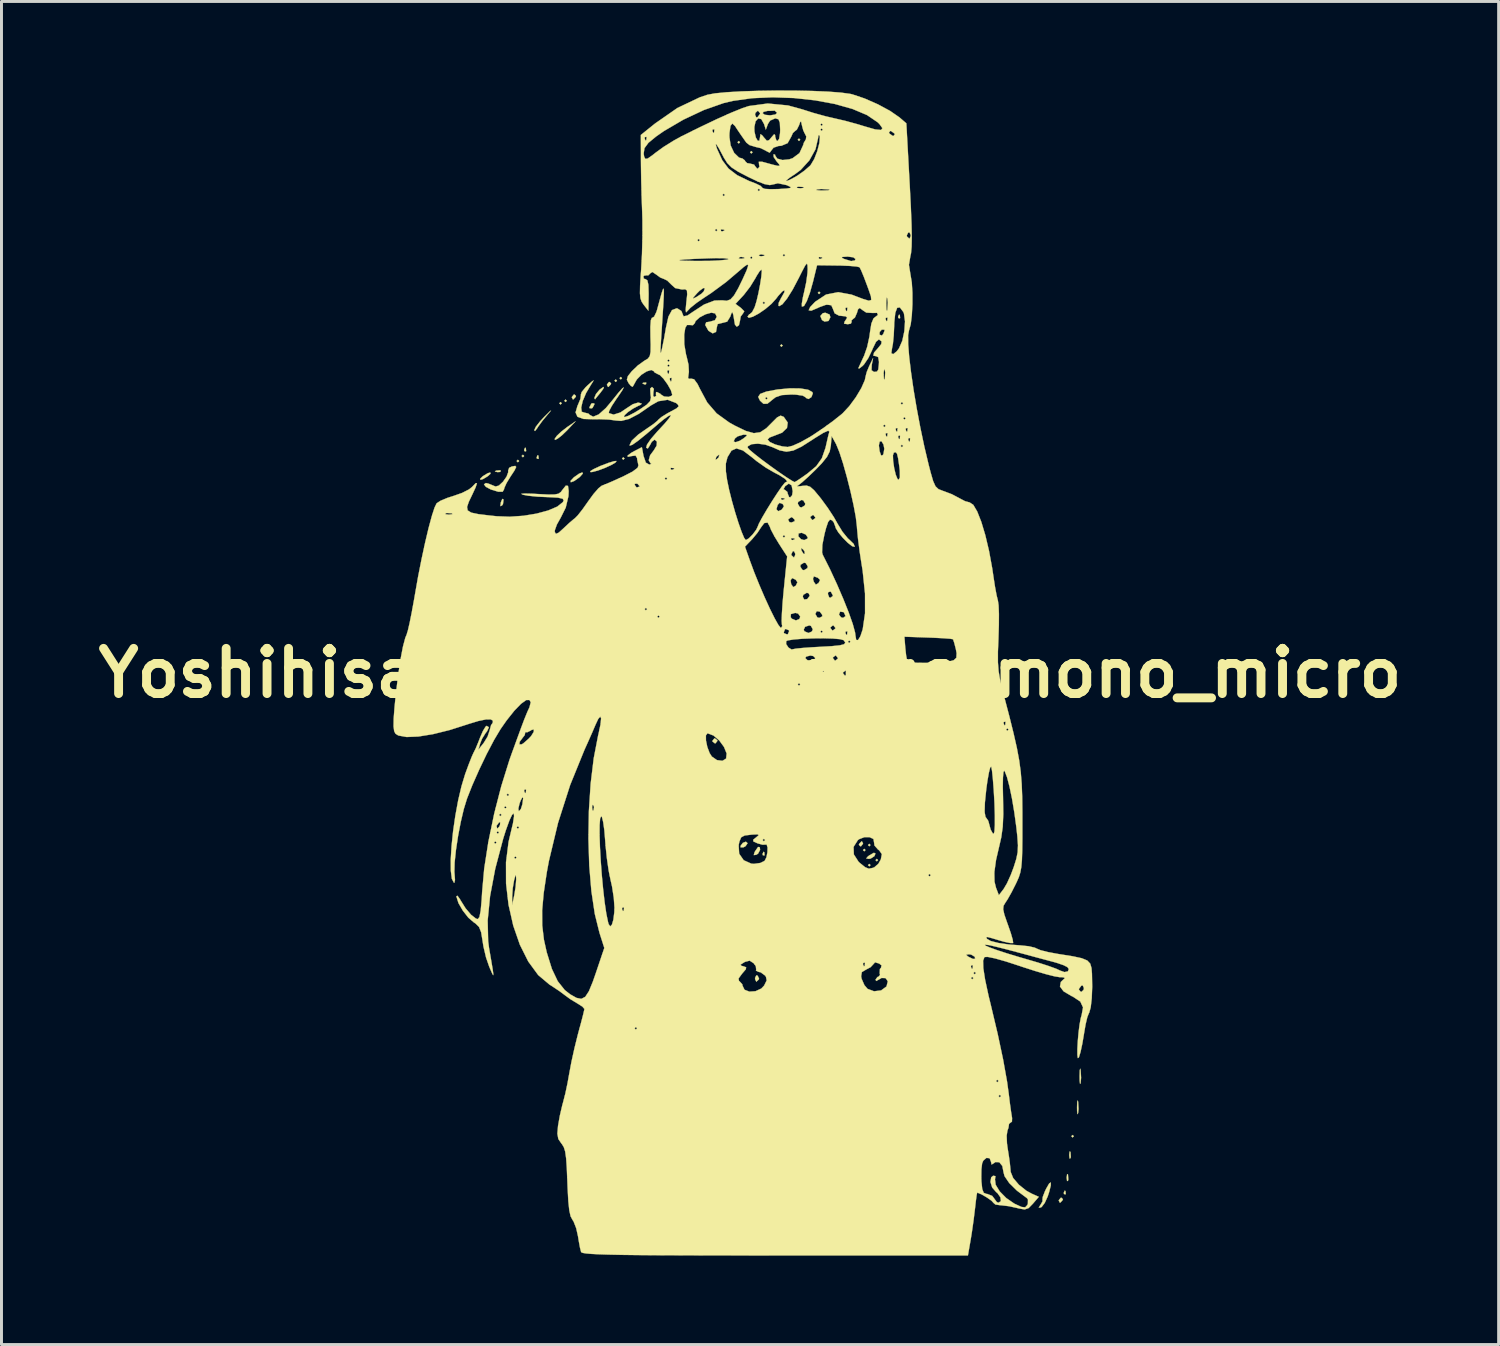
<source format=kicad_pcb>
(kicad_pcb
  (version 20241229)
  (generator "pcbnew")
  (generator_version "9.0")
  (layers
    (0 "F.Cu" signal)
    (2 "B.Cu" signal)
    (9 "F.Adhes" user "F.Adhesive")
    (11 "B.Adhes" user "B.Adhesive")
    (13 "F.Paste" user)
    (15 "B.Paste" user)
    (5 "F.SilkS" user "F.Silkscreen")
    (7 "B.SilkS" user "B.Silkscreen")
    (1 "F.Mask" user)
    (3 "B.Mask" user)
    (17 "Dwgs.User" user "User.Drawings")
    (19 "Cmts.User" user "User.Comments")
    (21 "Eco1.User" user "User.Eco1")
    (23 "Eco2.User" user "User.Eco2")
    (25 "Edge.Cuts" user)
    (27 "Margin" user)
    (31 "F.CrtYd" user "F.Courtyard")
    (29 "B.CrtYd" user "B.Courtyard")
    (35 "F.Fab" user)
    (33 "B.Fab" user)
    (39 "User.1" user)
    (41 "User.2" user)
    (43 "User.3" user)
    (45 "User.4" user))
  (footprint "YoshihisaKoshino_change_mono_micro"
    (layer "F.Cu")
    (at 22.25 19.655)
    (property "Reference" "YoshihisaKoshino_change_mono_micro" (at 0 0 0) (layer "F.SilkS") (effects (font (size 1.524 1.524) (thickness 0.3))))
    (attr through_hole)
    (fp_poly (pts (xy -7.789 -7.154) (xy -7.832 -7.112) (xy -7.874 -7.154) (xy -7.832 -7.197) (xy -7.789 -7.154)) (stroke (width 0.01) (type solid)) (fill yes) (layer "F.SilkS"))
    (fp_poly (pts (xy -7.62 -7.324) (xy -7.662 -7.281) (xy -7.705 -7.324) (xy -7.662 -7.366) (xy -7.62 -7.324)) (stroke (width 0.01) (type solid)) (fill yes) (layer "F.SilkS"))
    (fp_poly (pts (xy -6.35 -9.102) (xy -6.392 -9.059) (xy -6.435 -9.102) (xy -6.392 -9.144) (xy -6.35 -9.102)) (stroke (width 0.01) (type solid)) (fill yes) (layer "F.SilkS"))
    (fp_poly (pts (xy -6.181 -9.186) (xy -6.223 -9.144) (xy -6.265 -9.186) (xy -6.223 -9.229) (xy -6.181 -9.186)) (stroke (width 0.01) (type solid)) (fill yes) (layer "F.SilkS"))
    (fp_poly (pts (xy -4.487 -9.864) (xy -4.53 -9.821) (xy -4.572 -9.864) (xy -4.53 -9.906) (xy -4.487 -9.864)) (stroke (width 0.01) (type solid)) (fill yes) (layer "F.SilkS"))
    (fp_poly (pts (xy -4.318 -9.948) (xy -4.36 -9.906) (xy -4.403 -9.948) (xy -4.36 -9.991) (xy -4.318 -9.948)) (stroke (width 0.01) (type solid)) (fill yes) (layer "F.SilkS"))
    (fp_poly (pts (xy -4.233 -7.239) (xy -4.276 -7.197) (xy -4.318 -7.239) (xy -4.276 -7.281) (xy -4.233 -7.239)) (stroke (width 0.01) (type solid)) (fill yes) (layer "F.SilkS"))
    (fp_poly (pts (xy -0.339 -17.907) (xy -0.381 -17.865) (xy -0.423 -17.907) (xy -0.381 -17.949) (xy -0.339 -17.907)) (stroke (width 0.01) (type solid)) (fill yes) (layer "F.SilkS"))
    (fp_poly (pts (xy 0.085 -17.568) (xy 0.042 -17.526) (xy 0 -17.568) (xy 0.042 -17.611) (xy 0.085 -17.568)) (stroke (width 0.01) (type solid)) (fill yes) (layer "F.SilkS"))
    (fp_poly (pts (xy 1.101 -11.049) (xy 1.058 -11.007) (xy 1.016 -11.049) (xy 1.058 -11.091) (xy 1.101 -11.049)) (stroke (width 0.01) (type solid)) (fill yes) (layer "F.SilkS"))
    (fp_poly (pts (xy 1.693 -17.992) (xy 1.651 -17.949) (xy 1.609 -17.992) (xy 1.651 -18.034) (xy 1.693 -17.992)) (stroke (width 0.01) (type solid)) (fill yes) (layer "F.SilkS"))
    (fp_poly (pts (xy 2.371 -12.827) (xy 2.328 -12.785) (xy 2.286 -12.827) (xy 2.328 -12.869) (xy 2.371 -12.827)) (stroke (width 0.01) (type solid)) (fill yes) (layer "F.SilkS"))
    (fp_poly (pts (xy 3.895 5.969) (xy 3.852 6.011) (xy 3.81 5.969) (xy 3.852 5.927) (xy 3.895 5.969)) (stroke (width 0.01) (type solid)) (fill yes) (layer "F.SilkS"))
    (fp_poly (pts (xy 4.064 5.8) (xy 4.022 5.842) (xy 3.979 5.8) (xy 4.022 5.757) (xy 4.064 5.8)) (stroke (width 0.01) (type solid)) (fill yes) (layer "F.SilkS"))
    (fp_poly (pts (xy 4.064 6.477) (xy 4.022 6.519) (xy 3.979 6.477) (xy 4.022 6.435) (xy 4.064 6.477)) (stroke (width 0.01) (type solid)) (fill yes) (layer "F.SilkS"))
    (fp_poly (pts (xy 4.318 6.308) (xy 4.276 6.35) (xy 4.233 6.308) (xy 4.276 6.265) (xy 4.318 6.308)) (stroke (width 0.01) (type solid)) (fill yes) (layer "F.SilkS"))
    (fp_poly (pts (xy 10.922 15.621) (xy 10.88 15.663) (xy 10.837 15.621) (xy 10.88 15.579) (xy 10.922 15.621)) (stroke (width 0.01) (type solid)) (fill yes) (layer "F.SilkS"))
    (fp_poly (pts (xy -8.405 -6.824) (xy -8.43 -6.786) (xy -8.516 -6.78) (xy -8.606 -6.801) (xy -8.567 -6.831) (xy -8.435 -6.841) (xy -8.405 -6.824)) (stroke (width 0.01) (type solid)) (fill yes) (layer "F.SilkS"))
    (fp_poly (pts (xy -7.564 -7.592) (xy -7.553 -7.491) (xy -7.564 -7.479) (xy -7.614 -7.491) (xy -7.62 -7.535) (xy -7.589 -7.605) (xy -7.564 -7.592)) (stroke (width 0.01) (type solid)) (fill yes) (layer "F.SilkS"))
    (fp_poly (pts (xy -7.14 -7.338) (xy -7.13 -7.237) (xy -7.14 -7.225) (xy -7.191 -7.237) (xy -7.197 -7.281) (xy -7.166 -7.351) (xy -7.14 -7.338)) (stroke (width 0.01) (type solid)) (fill yes) (layer "F.SilkS"))
    (fp_poly (pts (xy -3.5 -9.793) (xy -3.511 -9.743) (xy -3.556 -9.737) (xy -3.626 -9.768) (xy -3.612 -9.793) (xy -3.512 -9.803) (xy -3.5 -9.793)) (stroke (width 0.01) (type solid)) (fill yes) (layer "F.SilkS"))
    (fp_poly (pts (xy 0.48 6.04) (xy 0.49 6.14) (xy 0.48 6.152) (xy 0.429 6.141) (xy 0.423 6.096) (xy 0.454 6.026) (xy 0.48 6.04)) (stroke (width 0.01) (type solid)) (fill yes) (layer "F.SilkS"))
    (fp_poly (pts (xy 5.052 -12.079) (xy 5.062 -11.979) (xy 5.052 -11.966) (xy 5.001 -11.978) (xy 4.995 -12.023) (xy 5.026 -12.092) (xy 5.052 -12.079)) (stroke (width 0.01) (type solid)) (fill yes) (layer "F.SilkS"))
    (fp_poly (pts (xy 10.64 17.47) (xy 10.65 17.57) (xy 10.64 17.582) (xy 10.589 17.571) (xy 10.583 17.526) (xy 10.614 17.456) (xy 10.64 17.47)) (stroke (width 0.01) (type solid)) (fill yes) (layer "F.SilkS"))
    (fp_poly (pts (xy 10.724 16.912) (xy 10.735 17.086) (xy 10.724 17.124) (xy 10.693 17.134) (xy 10.681 17.018) (xy 10.695 16.898) (xy 10.724 16.912)) (stroke (width 0.01) (type solid)) (fill yes) (layer "F.SilkS"))
    (fp_poly (pts (xy 10.809 16.15) (xy 10.82 16.324) (xy 10.809 16.362) (xy 10.778 16.372) (xy 10.766 16.256) (xy 10.779 16.136) (xy 10.809 16.15)) (stroke (width 0.01) (type solid)) (fill yes) (layer "F.SilkS"))
    (fp_poly (pts (xy -8.315 -5.854) (xy -8.334 -5.7) (xy -8.368 -5.653) (xy -8.423 -5.631) (xy -8.407 -5.755) (xy -8.405 -5.764) (xy -8.355 -5.878) (xy -8.315 -5.854)) (stroke (width 0.01) (type solid)) (fill yes) (layer "F.SilkS"))
    (fp_poly (pts (xy 0.255 10.203) (xy 0.304 10.305) (xy 0.293 10.335) (xy 0.211 10.41) (xy 0.171 10.325) (xy 0.169 10.282) (xy 0.211 10.195) (xy 0.255 10.203)) (stroke (width 0.01) (type solid)) (fill yes) (layer "F.SilkS"))
    (fp_poly (pts (xy -8.754 -6.727) (xy -8.843 -6.644) (xy -9.003 -6.547) (xy -9.092 -6.519) (xy -9.1 -6.56) (xy -9.012 -6.644) (xy -8.852 -6.741) (xy -8.763 -6.768) (xy -8.754 -6.727)) (stroke (width 0.01) (type solid)) (fill yes) (layer "F.SilkS"))
    (fp_poly (pts (xy -5.871 -9.346) (xy -5.884 -9.313) (xy -5.96 -9.233) (xy -5.974 -9.229) (xy -6.01 -9.294) (xy -6.011 -9.313) (xy -5.946 -9.395) (xy -5.922 -9.398) (xy -5.871 -9.346)) (stroke (width 0.01) (type solid)) (fill yes) (layer "F.SilkS"))
    (fp_poly (pts (xy -5.256 -9.098) (xy -5.249 -9.069) (xy -5.311 -8.95) (xy -5.334 -8.932) (xy -5.412 -8.936) (xy -5.419 -8.965) (xy -5.357 -9.084) (xy -5.334 -9.102) (xy -5.256 -9.098)) (stroke (width 0.01) (type solid)) (fill yes) (layer "F.SilkS"))
    (fp_poly (pts (xy -4.686 -9.769) (xy -4.699 -9.737) (xy -4.775 -9.656) (xy -4.789 -9.652) (xy -4.825 -9.718) (xy -4.826 -9.737) (xy -4.761 -9.818) (xy -4.736 -9.821) (xy -4.686 -9.769)) (stroke (width 0.01) (type solid)) (fill yes) (layer "F.SilkS"))
    (fp_poly (pts (xy -1.103 2.266) (xy -1.101 2.286) (xy -1.165 2.368) (xy -1.185 2.371) (xy -1.268 2.306) (xy -1.27 2.286) (xy -1.206 2.204) (xy -1.185 2.201) (xy -1.103 2.266)) (stroke (width 0.01) (type solid)) (fill yes) (layer "F.SilkS"))
    (fp_poly (pts (xy -0.085 5.735) (xy -0.085 5.741) (xy -0.153 5.839) (xy -0.219 5.875) (xy -0.318 5.878) (xy -0.319 5.826) (xy -0.242 5.725) (xy -0.14 5.686) (xy -0.085 5.735)) (stroke (width 0.01) (type solid)) (fill yes) (layer "F.SilkS"))
    (fp_poly (pts (xy 0.328 5.873) (xy 0.339 5.96) (xy 0.27 6.09) (xy 0.21 6.127) (xy 0.126 6.139) (xy 0.15 6.048) (xy 0.17 6.009) (xy 0.271 5.863) (xy 0.328 5.873)) (stroke (width 0.01) (type solid)) (fill yes) (layer "F.SilkS"))
    (fp_poly (pts (xy 2.683 -12.095) (xy 2.709 -12.005) (xy 2.647 -11.879) (xy 2.513 -11.858) (xy 2.427 -11.91) (xy 2.37 -12.046) (xy 2.455 -12.141) (xy 2.54 -12.156) (xy 2.683 -12.095)) (stroke (width 0.01) (type solid)) (fill yes) (layer "F.SilkS"))
    (fp_poly (pts (xy 3.809 5.738) (xy 3.81 5.757) (xy 3.745 5.839) (xy 3.72 5.842) (xy 3.67 5.79) (xy 3.683 5.757) (xy 3.759 5.677) (xy 3.773 5.673) (xy 3.809 5.738)) (stroke (width 0.01) (type solid)) (fill yes) (layer "F.SilkS"))
    (fp_poly (pts (xy 4.231 6.085) (xy 4.194 6.175) (xy 4.07 6.255) (xy 4 6.265) (xy 3.919 6.25) (xy 3.974 6.185) (xy 4.027 6.145) (xy 4.178 6.06) (xy 4.231 6.085)) (stroke (width 0.01) (type solid)) (fill yes) (layer "F.SilkS"))
    (fp_poly (pts (xy 10.554 17.747) (xy 10.541 17.78) (xy 10.465 17.861) (xy 10.451 17.865) (xy 10.415 17.799) (xy 10.414 17.78) (xy 10.479 17.699) (xy 10.504 17.695) (xy 10.554 17.747)) (stroke (width 0.01) (type solid)) (fill yes) (layer "F.SilkS"))
    (fp_poly (pts (xy 11.066 14.457) (xy 11.08 14.704) (xy 11.066 14.838) (xy 11.045 14.878) (xy 11.032 14.772) (xy 11.03 14.647) (xy 11.036 14.464) (xy 11.053 14.414) (xy 11.066 14.457)) (stroke (width 0.01) (type solid)) (fill yes) (layer "F.SilkS"))
    (fp_poly (pts (xy 11.152 13.4) (xy 11.166 13.65) (xy 11.151 13.823) (xy 11.131 13.857) (xy 11.118 13.746) (xy 11.116 13.589) (xy 11.122 13.397) (xy 11.137 13.341) (xy 11.152 13.4)) (stroke (width 0.01) (type solid)) (fill yes) (layer "F.SilkS"))
    (fp_poly (pts (xy -6.176 -8.184) (xy -6.347 -8.02) (xy -6.49 -7.909) (xy -6.58 -7.865) (xy -6.588 -7.904) (xy -6.516 -8.005) (xy -6.373 -8.141) (xy -6.17 -8.299) (xy -6.146 -8.315) (xy -5.884 -8.495) (xy -6.176 -8.184)) (stroke (width 0.01) (type solid)) (fill yes) (layer "F.SilkS"))
    (fp_poly (pts (xy -5.639 -6.734) (xy -5.738 -6.621) (xy -5.757 -6.604) (xy -5.925 -6.484) (xy -6.045 -6.437) (xy -6.055 -6.484) (xy -5.953 -6.594) (xy -5.938 -6.607) (xy -5.767 -6.728) (xy -5.658 -6.77) (xy -5.639 -6.734)) (stroke (width 0.01) (type solid)) (fill yes) (layer "F.SilkS"))
    (fp_poly (pts (xy -4.945 -9.597) (xy -5.042 -9.465) (xy -5.045 -9.461) (xy -5.167 -9.314) (xy -5.227 -9.236) (xy -5.248 -9.264) (xy -5.249 -9.293) (xy -5.195 -9.417) (xy -5.076 -9.56) (xy -4.956 -9.647) (xy -4.934 -9.652) (xy -4.945 -9.597)) (stroke (width 0.01) (type solid)) (fill yes) (layer "F.SilkS"))
    (fp_poly (pts (xy -6.783 -8.774) (xy -6.826 -8.724) (xy -7.007 -8.505) (xy -7.15 -8.309) (xy -7.183 -8.255) (xy -7.254 -8.166) (xy -7.279 -8.196) (xy -7.224 -8.312) (xy -7.079 -8.497) (xy -6.921 -8.666) (xy -6.759 -8.824) (xy -6.713 -8.86) (xy -6.783 -8.774)) (stroke (width 0.01) (type solid)) (fill yes) (layer "F.SilkS"))
    (fp_poly (pts (xy -4.542 -7.1) (xy -4.692 -7.014) (xy -4.905 -6.918) (xy -5.13 -6.834) (xy -5.317 -6.785) (xy -5.376 -6.779) (xy -5.394 -6.808) (xy -5.278 -6.881) (xy -5.054 -6.985) (xy -5.045 -6.989) (xy -4.781 -7.09) (xy -4.585 -7.149) (xy -4.503 -7.156) (xy -4.542 -7.1)) (stroke (width 0.01) (type solid)) (fill yes) (layer "F.SilkS"))
    (fp_poly (pts (xy 10.144 17.285) (xy 10.087 17.51) (xy 10.041 17.65) (xy 9.942 17.868) (xy 9.838 18.006) (xy 9.809 18.024) (xy 9.738 18.03) (xy 9.79 17.945) (xy 9.799 17.934) (xy 9.868 17.812) (xy 9.863 17.765) (xy 9.872 17.672) (xy 9.944 17.485) (xy 9.988 17.392) (xy 10.092 17.212) (xy 10.145 17.181) (xy 10.144 17.285)) (stroke (width 0.01) (type solid)) (fill yes) (layer "F.SilkS"))
    (fp_poly (pts (xy -7.888 -6.953) (xy -7.949 -6.829) (xy -8.086 -6.622) (xy -8.215 -6.409) (xy -8.29 -6.242) (xy -8.297 -6.203) (xy -8.344 -6.118) (xy -8.496 -6.119) (xy -8.742 -6.194) (xy -8.909 -6.282) (xy -8.975 -6.366) (xy -8.912 -6.412) (xy -8.826 -6.393) (xy -8.649 -6.321) (xy -8.583 -6.294) (xy -8.471 -6.327) (xy -8.332 -6.457) (xy -8.213 -6.627) (xy -8.156 -6.78) (xy -8.161 -6.823) (xy -8.126 -6.924) (xy -8.037 -6.969) (xy -7.919 -6.99) (xy -7.888 -6.953)) (stroke (width 0.01) (type solid)) (fill yes) (layer "F.SilkS"))
    (fp_poly (pts (xy 1.697 -9.602) (xy 1.959 -9.559) (xy 2.101 -9.48) (xy 2.117 -9.435) (xy 2.07 -9.31) (xy 1.972 -9.246) (xy 1.889 -9.281) (xy 1.882 -9.298) (xy 1.78 -9.359) (xy 1.546 -9.393) (xy 1.39 -9.398) (xy 1.07 -9.378) (xy 0.861 -9.306) (xy 0.762 -9.229) (xy 0.586 -9.087) (xy 0.453 -9.084) (xy 0.336 -9.19) (xy 0.297 -9.271) (xy 0.508 -9.271) (xy 0.55 -9.229) (xy 0.593 -9.271) (xy 0.55 -9.313) (xy 0.508 -9.271) (xy 0.297 -9.271) (xy 0.275 -9.318) (xy 0.343 -9.418) (xy 0.553 -9.498) (xy 0.919 -9.566) (xy 0.94 -9.569) (xy 1.347 -9.607) (xy 1.697 -9.602)) (stroke (width 0.01) (type solid)) (fill yes) (layer "F.SilkS"))
    (fp_poly (pts (xy 1.502 -19.649) (xy 2.091 -19.637) (xy 2.622 -19.615) (xy 3.061 -19.582) (xy 3.377 -19.539) (xy 3.445 -19.524) (xy 3.865 -19.383) (xy 4.313 -19.186) (xy 4.724 -18.964) (xy 5.036 -18.748) (xy 5.047 -18.739) (xy 5.272 -18.545) (xy 5.387 -16.448) (xy 5.424 -15.719) (xy 5.447 -15.143) (xy 5.456 -14.703) (xy 5.45 -14.383) (xy 5.431 -14.168) (xy 5.409 -14.069) (xy 5.359 -13.772) (xy 5.412 -13.439) (xy 5.413 -13.434) (xy 5.456 -13.176) (xy 5.477 -12.829) (xy 5.477 -12.444) (xy 5.457 -12.072) (xy 5.42 -11.766) (xy 5.366 -11.575) (xy 5.364 -11.572) (xy 5.332 -11.402) (xy 5.334 -11.091) (xy 5.368 -10.665) (xy 5.43 -10.147) (xy 5.515 -9.561) (xy 5.621 -8.933) (xy 5.743 -8.286) (xy 5.878 -7.644) (xy 6.023 -7.033) (xy 6.09 -6.774) (xy 6.176 -6.477) (xy 6.255 -6.302) (xy 6.357 -6.205) (xy 6.512 -6.145) (xy 6.532 -6.139) (xy 6.806 -6.035) (xy 7.051 -5.906) (xy 7.051 -5.905) (xy 7.251 -5.8) (xy 7.408 -5.757) (xy 7.53 -5.677) (xy 7.663 -5.451) (xy 7.801 -5.101) (xy 7.936 -4.651) (xy 8.061 -4.123) (xy 8.168 -3.539) (xy 8.211 -3.249) (xy 8.262 -2.917) (xy 8.316 -2.627) (xy 8.361 -2.444) (xy 8.384 -2.284) (xy 8.395 -1.996) (xy 8.393 -1.62) (xy 8.38 -1.196) (xy 8.38 -1.185) (xy 8.361 -0.719) (xy 8.361 -0.365) (xy 8.384 -0.066) (xy 8.435 0.233) (xy 8.52 0.59) (xy 8.564 0.762) (xy 8.749 1.468) (xy 8.892 2.045) (xy 9.001 2.527) (xy 9.079 2.946) (xy 9.131 3.338) (xy 9.163 3.736) (xy 9.18 4.174) (xy 9.186 4.685) (xy 9.186 4.995) (xy 9.186 5.566) (xy 9.181 5.995) (xy 9.17 6.313) (xy 9.149 6.547) (xy 9.116 6.727) (xy 9.067 6.881) (xy 8.999 7.037) (xy 8.963 7.112) (xy 8.821 7.393) (xy 8.686 7.632) (xy 8.612 7.744) (xy 8.551 7.847) (xy 8.538 7.965) (xy 8.578 8.145) (xy 8.676 8.429) (xy 8.698 8.488) (xy 8.797 8.774) (xy 8.86 8.993) (xy 8.875 9.101) (xy 8.873 9.105) (xy 8.776 9.105) (xy 8.573 9.062) (xy 8.417 9.018) (xy 8.15 8.938) (xy 8.012 8.902) (xy 7.967 8.906) (xy 7.983 8.945) (xy 7.995 8.965) (xy 8.119 9.037) (xy 8.376 9.102) (xy 8.732 9.154) (xy 9.121 9.184) (xy 9.395 9.212) (xy 9.605 9.261) (xy 9.672 9.293) (xy 9.802 9.347) (xy 10.052 9.41) (xy 10.374 9.47) (xy 10.456 9.483) (xy 10.893 9.553) (xy 11.189 9.617) (xy 11.374 9.693) (xy 11.474 9.798) (xy 11.518 9.948) (xy 11.533 10.137) (xy 11.541 10.576) (xy 11.526 10.967) (xy 11.491 11.273) (xy 11.44 11.456) (xy 11.428 11.475) (xy 11.377 11.602) (xy 11.319 11.846) (xy 11.266 12.154) (xy 11.265 12.164) (xy 11.209 12.495) (xy 11.147 12.783) (xy 11.092 12.962) (xy 11.057 12.987) (xy 11.041 12.881) (xy 11.041 12.678) (xy 11.055 12.417) (xy 11.08 12.132) (xy 11.114 11.86) (xy 11.155 11.637) (xy 11.185 11.533) (xy 11.232 11.277) (xy 11.141 11.08) (xy 10.896 10.917) (xy 10.845 10.893) (xy 10.578 10.736) (xy 10.53 10.673) (xy 11.091 10.673) (xy 11.156 10.75) (xy 11.176 10.753) (xy 11.25 10.684) (xy 11.261 10.621) (xy 11.22 10.533) (xy 11.176 10.541) (xy 11.095 10.649) (xy 11.091 10.673) (xy 10.53 10.673) (xy 10.454 10.572) (xy 10.483 10.418) (xy 10.545 10.358) (xy 10.622 10.286) (xy 10.563 10.259) (xy 10.444 10.256) (xy 10.276 10.229) (xy 9.986 10.156) (xy 9.613 10.046) (xy 9.193 9.911) (xy 9.102 9.88) (xy 8.633 9.727) (xy 8.265 9.623) (xy 8.016 9.572) (xy 7.908 9.577) (xy 7.861 9.699) (xy 7.868 9.951) (xy 7.929 10.343) (xy 8.045 10.882) (xy 8.123 11.201) (xy 8.353 12.17) (xy 8.536 13.033) (xy 8.668 13.77) (xy 8.725 14.182) (xy 8.766 14.52) (xy 8.806 14.806) (xy 8.835 14.987) (xy 8.839 15.007) (xy 8.834 15.131) (xy 8.797 15.155) (xy 8.733 15.207) (xy 8.734 15.219) (xy 8.715 15.342) (xy 8.682 15.432) (xy 8.656 15.602) (xy 8.666 15.859) (xy 8.682 15.982) (xy 8.732 16.301) (xy 8.763 16.528) (xy 8.784 16.736) (xy 8.791 16.824) (xy 8.874 17.03) (xy 9.068 17.258) (xy 9.325 17.463) (xy 9.506 17.561) (xy 9.74 17.665) (xy 9.539 17.899) (xy 9.395 18.046) (xy 9.263 18.092) (xy 9.065 18.057) (xy 9.008 18.042) (xy 8.73 17.981) (xy 8.476 17.951) (xy 8.445 17.95) (xy 8.276 17.925) (xy 8.213 17.871) (xy 8.147 17.798) (xy 7.994 17.69) (xy 7.818 17.587) (xy 7.681 17.529) (xy 7.661 17.526) (xy 7.644 17.603) (xy 7.617 17.803) (xy 7.589 18.051) (xy 7.541 18.446) (xy 7.479 18.881) (xy 7.442 19.109) (xy 7.349 19.643) (xy 0.847 19.643) (xy -0.382 19.642) (xy -1.452 19.641) (xy -2.373 19.638) (xy -3.156 19.635) (xy -3.812 19.63) (xy -4.35 19.623) (xy -4.78 19.614) (xy -5.115 19.603) (xy -5.362 19.59) (xy -5.534 19.575) (xy -5.64 19.557) (xy -5.692 19.536) (xy -5.699 19.526) (xy -5.737 19.378) (xy -5.782 19.132) (xy -5.803 18.997) (xy -5.865 18.721) (xy -5.952 18.499) (xy -5.993 18.435) (xy -6.053 18.323) (xy -6.097 18.123) (xy -6.13 17.813) (xy -6.154 17.366) (xy -6.162 17.165) (xy -6.168 17.021) (xy 7.8 17.021) (xy 7.805 17.151) (xy 7.832 17.404) (xy 7.883 17.53) (xy 7.977 17.568) (xy 8.001 17.568) (xy 8.169 17.634) (xy 8.231 17.716) (xy 8.322 17.841) (xy 8.379 17.865) (xy 8.461 17.81) (xy 8.446 17.683) (xy 8.347 17.542) (xy 8.299 17.503) (xy 8.167 17.35) (xy 8.109 17.163) (xy 8.135 17.008) (xy 8.2 16.954) (xy 8.278 16.967) (xy 8.262 17.079) (xy 8.285 17.259) (xy 8.421 17.482) (xy 8.64 17.705) (xy 8.907 17.89) (xy 8.932 17.903) (xy 9.156 18.006) (xy 9.281 18.02) (xy 9.352 17.943) (xy 9.371 17.898) (xy 9.374 17.755) (xy 9.338 17.708) (xy 9.003 17.457) (xy 8.743 17.201) (xy 8.585 16.969) (xy 8.551 16.841) (xy 8.509 16.624) (xy 8.406 16.497) (xy 8.275 16.493) (xy 8.228 16.529) (xy 8.147 16.576) (xy 8.128 16.485) (xy 8.08 16.362) (xy 7.973 16.352) (xy 7.866 16.446) (xy 7.828 16.537) (xy 7.804 16.739) (xy 7.8 17.021) (xy -6.168 17.021) (xy -6.181 16.695) (xy -6.204 16.363) (xy -6.236 16.138) (xy -6.282 15.99) (xy -6.346 15.886) (xy -6.366 15.863) (xy -6.467 15.715) (xy -6.499 15.535) (xy -6.477 15.27) (xy -6.415 14.922) (xy -6.331 14.563) (xy -6.307 14.478) (xy -6.253 14.266) (xy 8.382 14.266) (xy 8.424 14.309) (xy 8.467 14.266) (xy 8.424 14.224) (xy 8.382 14.266) (xy -6.253 14.266) (xy -6.233 14.192) (xy -6.155 13.823) (xy -6.144 13.758) (xy 8.297 13.758) (xy 8.34 13.801) (xy 8.382 13.758) (xy 8.34 13.716) (xy 8.297 13.758) (xy -6.144 13.758) (xy -6.095 13.487) (xy -6.023 13.104) (xy -5.922 12.647) (xy -5.812 12.204) (xy -5.793 12.132) (xy -5.752 11.98) (xy -3.895 11.98) (xy -3.852 12.023) (xy -3.81 11.98) (xy -3.852 11.938) (xy -3.895 11.98) (xy -5.752 11.98) (xy -5.702 11.798) (xy -5.632 11.526) (xy -5.593 11.359) (xy -5.588 11.327) (xy -5.655 11.249) (xy -5.817 11.146) (xy -5.821 11.144) (xy -6.062 10.998) (xy -6.241 10.867) (xy -6.433 10.724) (xy -6.685 10.556) (xy -6.767 10.505) (xy -7.146 10.185) (xy -7.481 9.728) (xy -7.764 9.162) (xy -7.988 8.516) (xy -8.103 8.005) (xy -7.013 8.005) (xy -7.01 8.514) (xy -6.953 8.992) (xy -6.858 9.419) (xy -6.684 9.978) (xy -6.486 10.394) (xy -6.25 10.691) (xy -6.069 10.833) (xy -5.856 10.954) (xy -5.692 10.988) (xy -5.558 10.918) (xy -5.435 10.729) (xy -5.301 10.402) (xy -5.266 10.302) (xy -0.389 10.302) (xy -0.372 10.385) (xy -0.36 10.39) (xy -0.261 10.497) (xy -0.254 10.541) (xy -0.187 10.68) (xy -0.024 10.744) (xy 0.183 10.73) (xy 0.378 10.641) (xy 0.474 10.541) (xy 0.561 10.365) (xy 0.536 10.24) (xy 0.525 10.225) (xy 3.747 10.225) (xy 3.763 10.309) (xy 3.856 10.523) (xy 3.963 10.65) (xy 4.183 10.732) (xy 4.421 10.703) (xy 4.598 10.573) (xy 4.604 10.564) (xy 4.646 10.397) (xy 4.575 10.288) (xy 4.549 10.287) (xy 7.451 10.287) (xy 7.493 10.329) (xy 7.535 10.287) (xy 7.493 10.245) (xy 7.451 10.287) (xy 4.549 10.287) (xy 4.437 10.282) (xy 4.364 10.326) (xy 4.256 10.385) (xy 4.233 10.34) (xy 4.298 10.249) (xy 4.327 10.245) (xy 4.384 10.183) (xy 4.373 10.12) (xy 4.373 10.118) (xy 7.535 10.118) (xy 7.578 10.16) (xy 7.62 10.118) (xy 7.578 10.075) (xy 7.535 10.118) (xy 4.373 10.118) (xy 4.38 9.981) (xy 4.417 9.939) (xy 4.426 9.906) (xy 7.451 9.906) (xy 7.482 9.976) (xy 7.507 9.962) (xy 7.517 9.862) (xy 7.507 9.85) (xy 7.457 9.861) (xy 7.451 9.906) (xy 4.426 9.906) (xy 4.438 9.862) (xy 4.355 9.796) (xy 4.217 9.755) (xy 4.165 9.813) (xy 4.067 9.919) (xy 3.919 9.997) (xy 3.771 10.085) (xy 3.747 10.225) (xy 0.525 10.225) (xy 0.508 10.202) (xy 0.361 10.094) (xy 0.281 10.075) (xy 0.199 10.035) (xy 0.207 9.997) (xy 0.194 9.884) (xy 0.148 9.821) (xy 3.81 9.821) (xy 3.841 9.891) (xy 3.866 9.878) (xy 3.877 9.777) (xy 3.866 9.765) (xy 3.816 9.777) (xy 3.81 9.821) (xy 0.148 9.821) (xy 0.122 9.786) (xy -0.013 9.699) (xy -0.169 9.739) (xy -0.196 9.754) (xy -0.319 9.832) (xy -0.297 9.871) (xy -0.225 9.889) (xy -0.132 9.922) (xy -0.143 9.991) (xy -0.267 10.136) (xy -0.268 10.137) (xy -0.389 10.302) (xy -5.266 10.302) (xy -5.202 10.118) (xy -4.993 9.498) (xy 7.287 9.498) (xy 7.349 9.556) (xy 7.366 9.567) (xy 7.521 9.642) (xy 7.595 9.63) (xy 7.578 9.567) (xy 7.457 9.494) (xy 7.382 9.484) (xy 7.287 9.498) (xy -4.993 9.498) (xy -4.916 9.271) (xy -4.951 9.16) (xy 7.919 9.16) (xy 7.938 9.19) (xy 8.081 9.253) (xy 8.329 9.343) (xy 8.662 9.452) (xy 9.061 9.573) (xy 9.313 9.646) (xy 9.711 9.763) (xy 10.062 9.876) (xy 10.325 9.971) (xy 10.456 10.032) (xy 10.606 10.085) (xy 10.722 10.06) (xy 10.752 9.981) (xy 10.706 9.918) (xy 10.58 9.853) (xy 10.357 9.776) (xy 10.245 9.744) (xy 9.991 9.676) (xy 9.634 9.581) (xy 9.236 9.473) (xy 9.059 9.426) (xy 8.689 9.327) (xy 8.359 9.244) (xy 8.119 9.187) (xy 8.043 9.172) (xy 7.919 9.16) (xy -4.951 9.16) (xy -5.078 8.763) (xy -5.237 8.122) (xy -5.352 7.353) (xy -5.424 6.494) (xy -5.452 5.58) (xy -5.45 5.452) (xy -5.076 5.452) (xy -5.063 5.861) (xy -5.037 6.323) (xy -5.001 6.807) (xy -4.956 7.286) (xy -4.905 7.73) (xy -4.849 8.11) (xy -4.79 8.396) (xy -4.771 8.464) (xy -4.717 8.543) (xy -4.659 8.483) (xy -4.61 8.315) (xy -4.579 8.067) (xy -4.575 7.959) (xy -4.318 7.959) (xy -4.287 8.028) (xy -4.262 8.015) (xy -4.251 7.915) (xy -4.262 7.902) (xy -4.312 7.914) (xy -4.318 7.959) (xy -4.575 7.959) (xy -4.573 7.913) (xy -4.596 7.582) (xy -4.655 7.198) (xy -4.704 6.982) (xy -4.738 6.816) (xy 6.011 6.816) (xy 6.054 6.858) (xy 6.096 6.816) (xy 6.054 6.773) (xy 6.011 6.816) (xy -4.738 6.816) (xy -4.758 6.717) (xy 8.24 6.717) (xy 8.246 7.035) (xy 8.296 7.238) (xy 8.393 7.491) (xy 8.555 7.28) (xy 8.668 7.088) (xy 8.797 6.802) (xy 8.897 6.535) (xy 8.981 6.266) (xy 9.027 6.042) (xy 9.037 5.808) (xy 9.016 5.505) (xy 8.983 5.203) (xy 8.915 4.704) (xy 8.836 4.234) (xy 8.751 3.825) (xy 8.668 3.51) (xy 8.594 3.319) (xy 8.573 3.289) (xy 8.547 3.339) (xy 8.531 3.528) (xy 8.526 3.831) (xy 8.534 4.212) (xy 8.542 4.754) (xy 8.524 5.179) (xy 8.474 5.537) (xy 8.424 5.757) (xy 8.298 6.3) (xy 8.24 6.717) (xy -4.758 6.717) (xy -4.769 6.662) (xy -4.829 6.246) (xy -4.875 5.807) (xy -4.875 5.806) (xy -0.385 5.806) (xy -0.367 6.092) (xy -0.214 6.312) (xy 0.04 6.426) (xy 0.131 6.434) (xy 0.349 6.403) (xy 0.491 6.333) (xy 0.552 6.214) (xy 0.586 6.042) (xy 0.591 5.878) (xy 0.585 5.861) (xy 3.492 5.861) (xy 3.501 6.116) (xy 3.661 6.364) (xy 3.704 6.404) (xy 3.883 6.547) (xy 4.004 6.596) (xy 4.135 6.571) (xy 4.191 6.55) (xy 4.326 6.434) (xy 4.411 6.285) (xy 4.446 6.105) (xy 4.356 5.979) (xy 4.315 5.949) (xy 4.197 5.815) (xy 4.182 5.707) (xy 4.162 5.595) (xy 4.034 5.535) (xy 3.854 5.535) (xy 3.678 5.602) (xy 3.637 5.633) (xy 3.492 5.861) (xy 0.585 5.861) (xy 0.561 5.785) (xy 0.529 5.785) (xy 0.411 5.786) (xy 0.254 5.742) (xy 0.11 5.676) (xy 0.112 5.63) (xy 0.423 5.63) (xy 0.466 5.673) (xy 0.508 5.63) (xy 0.466 5.588) (xy 0.423 5.63) (xy 0.112 5.63) (xy 0.112 5.616) (xy 0.203 5.542) (xy 0.292 5.466) (xy 0.259 5.439) (xy 0.082 5.446) (xy 0.056 5.448) (xy -0.179 5.476) (xy -0.299 5.538) (xy -0.359 5.681) (xy -0.385 5.806) (xy -4.875 5.806) (xy -4.886 5.652) (xy -4.915 5.3) (xy -4.954 5.024) (xy -4.995 4.858) (xy -5.02 4.826) (xy -5.057 4.905) (xy -5.074 5.124) (xy -5.076 5.452) (xy -5.45 5.452) (xy -5.437 4.684) (xy 7.912 4.684) (xy 7.941 4.845) (xy 7.946 4.854) (xy 8.026 4.967) (xy 8.039 4.995) (xy 8.115 5.276) (xy 8.187 5.405) (xy 8.221 5.419) (xy 8.244 5.339) (xy 8.257 5.123) (xy 8.257 4.801) (xy 8.245 4.404) (xy 8.242 4.339) (xy 8.218 3.922) (xy 8.19 3.562) (xy 8.162 3.295) (xy 8.136 3.158) (xy 8.134 3.152) (xy 8.101 3.184) (xy 8.057 3.355) (xy 8.007 3.635) (xy 7.97 3.899) (xy 7.922 4.366) (xy 7.912 4.684) (xy -5.437 4.684) (xy -5.436 4.647) (xy -5.428 4.523) (xy -5.327 4.523) (xy -5.312 4.632) (xy -5.283 4.634) (xy -5.263 4.52) (xy -5.276 4.471) (xy -5.314 4.439) (xy -5.327 4.523) (xy -5.428 4.523) (xy -5.377 3.733) (xy -5.273 2.873) (xy -5.125 2.104) (xy -5.124 2.101) (xy -1.489 2.101) (xy -1.487 2.272) (xy -1.442 2.489) (xy -1.364 2.697) (xy -1.288 2.815) (xy -1.116 2.934) (xy -0.931 2.958) (xy -0.807 2.882) (xy -0.789 2.711) (xy -0.878 2.492) (xy -1.036 2.275) (xy -1.231 2.106) (xy -1.425 2.032) (xy -1.438 2.032) (xy -1.489 2.101) (xy -5.124 2.101) (xy -5.111 2.048) (xy -5.081 1.905) (xy 8.636 1.905) (xy 8.678 1.947) (xy 8.721 1.905) (xy 8.678 1.863) (xy 8.636 1.905) (xy -5.081 1.905) (xy -5.043 1.725) (xy -5.04 1.693) (xy 8.551 1.693) (xy 8.582 1.763) (xy 8.608 1.75) (xy 8.618 1.649) (xy 8.608 1.637) (xy 8.557 1.649) (xy 8.551 1.693) (xy -5.04 1.693) (xy -5.024 1.527) (xy -5.052 1.465) (xy -5.122 1.548) (xy -5.214 1.744) (xy -5.325 2.004) (xy -5.471 2.334) (xy -5.583 2.582) (xy -6.068 3.774) (xy -6.477 5.051) (xy -6.785 6.337) (xy -6.856 6.719) (xy -6.961 7.421) (xy -7.013 8.005) (xy -8.103 8.005) (xy -8.143 7.832) (xy -8.024 7.832) (xy -7.954 7.493) (xy -7.909 7.218) (xy -7.889 6.975) (xy -7.889 6.943) (xy -7.896 6.814) (xy -7.918 6.836) (xy -7.959 6.985) (xy -8.005 7.258) (xy -8.024 7.535) (xy -8.024 7.832) (xy -8.143 7.832) (xy -8.146 7.818) (xy -8.23 7.096) (xy -8.232 6.379) (xy -8.212 6.223) (xy -7.959 6.223) (xy -7.916 6.265) (xy -7.874 6.223) (xy -7.916 6.181) (xy -7.959 6.223) (xy -8.212 6.223) (xy -8.146 5.694) (xy -8.092 5.464) (xy -8.031 5.207) (xy -7.874 5.207) (xy -7.832 5.249) (xy -7.789 5.207) (xy -7.832 5.165) (xy -7.874 5.207) (xy -8.031 5.207) (xy -7.997 5.067) (xy -7.96 4.823) (xy -7.972 4.728) (xy -8.027 4.779) (xy -8.118 4.971) (xy -8.238 5.302) (xy -8.328 5.588) (xy -8.595 6.598) (xy -8.769 7.52) (xy -8.85 8.34) (xy -8.834 9.043) (xy -8.804 9.271) (xy -8.729 9.707) (xy -8.681 9.993) (xy -8.66 10.148) (xy -8.665 10.19) (xy -8.696 10.137) (xy -8.753 10.006) (xy -8.797 9.906) (xy -8.905 9.593) (xy -8.993 9.221) (xy -9.022 9.036) (xy -9.07 8.742) (xy -9.141 8.563) (xy -9.26 8.445) (xy -9.316 8.409) (xy -9.503 8.248) (xy -9.689 8.01) (xy -9.836 7.756) (xy -9.902 7.546) (xy -9.903 7.524) (xy -9.868 7.51) (xy -9.787 7.623) (xy -9.765 7.662) (xy -9.595 7.934) (xy -9.409 8.153) (xy -9.244 8.281) (xy -9.182 8.297) (xy -9.128 8.226) (xy -9.085 8.006) (xy -9.052 7.63) (xy -9.038 7.387) (xy -8.967 6.59) (xy -8.831 5.715) (xy -8.636 5.715) (xy -8.594 5.757) (xy -8.551 5.715) (xy -8.594 5.673) (xy -8.636 5.715) (xy -8.831 5.715) (xy -8.828 5.695) (xy -8.762 5.376) (xy -8.551 5.376) (xy -8.509 5.419) (xy -8.467 5.376) (xy -8.509 5.334) (xy -8.551 5.376) (xy -8.762 5.376) (xy -8.719 5.17) (xy -8.551 5.17) (xy -8.524 5.247) (xy -8.462 5.179) (xy -8.434 5.118) (xy -8.428 5.031) (xy -8.468 5.038) (xy -8.548 5.147) (xy -8.551 5.17) (xy -8.719 5.17) (xy -8.639 4.784) (xy -8.467 4.784) (xy -8.424 4.826) (xy -8.382 4.784) (xy -8.424 4.741) (xy -8.467 4.784) (xy -8.639 4.784) (xy -8.633 4.753) (xy -8.587 4.573) (xy -7.817 4.573) (xy -7.8 4.656) (xy -7.795 4.657) (xy -7.73 4.584) (xy -7.68 4.424) (xy -7.653 4.22) (xy -7.675 4.179) (xy -7.739 4.3) (xy -7.775 4.398) (xy -7.817 4.573) (xy -8.587 4.573) (xy -8.576 4.53) (xy -8.297 4.53) (xy -8.255 4.572) (xy -8.213 4.53) (xy -8.255 4.487) (xy -8.297 4.53) (xy -8.576 4.53) (xy -8.467 4.106) (xy -8.213 4.106) (xy -8.17 4.149) (xy -8.128 4.106) (xy -8.17 4.064) (xy -8.213 4.106) (xy -8.467 4.106) (xy -8.434 3.979) (xy -7.62 3.979) (xy -7.589 4.049) (xy -7.564 4.036) (xy -7.553 3.935) (xy -7.564 3.923) (xy -7.614 3.935) (xy -7.62 3.979) (xy -8.434 3.979) (xy -8.392 3.816) (xy -8.118 2.935) (xy -8.038 2.709) (xy -7.951 2.472) (xy -7.927 2.405) (xy -7.781 2.405) (xy -7.7 2.402) (xy -7.641 2.364) (xy -7.466 2.21) (xy -7.387 2.126) (xy -7.298 1.984) (xy -7.292 1.9) (xy -7.367 1.915) (xy -7.395 1.936) (xy -7.519 1.997) (xy -7.564 1.989) (xy -7.589 1.99) (xy -7.582 2) (xy -7.602 2.093) (xy -7.666 2.175) (xy -7.771 2.316) (xy -7.781 2.405) (xy -7.927 2.405) (xy -7.834 2.15) (xy -7.729 1.863) (xy -7.615 1.559) (xy -7.51 1.302) (xy -7.441 1.154) (xy -7.398 0.983) (xy -7.441 0.907) (xy -7.55 0.908) (xy -7.727 1.036) (xy -7.954 1.271) (xy -8.212 1.596) (xy -8.416 1.888) (xy -8.632 2.25) (xy -8.88 2.721) (xy -9.133 3.249) (xy -9.369 3.782) (xy -9.548 4.235) (xy -9.656 4.586) (xy -9.759 5.024) (xy -9.85 5.502) (xy -9.921 5.972) (xy -9.965 6.389) (xy -9.973 6.705) (xy -9.967 6.779) (xy -9.953 6.977) (xy -9.973 7.071) (xy -9.988 7.071) (xy -10.058 6.939) (xy -10.093 6.67) (xy -10.096 6.294) (xy -10.069 5.84) (xy -10.017 5.335) (xy -9.941 4.81) (xy -9.846 4.293) (xy -9.733 3.812) (xy -9.607 3.396) (xy -9.603 3.387) (xy -9.489 3.077) (xy -9.39 2.826) (xy -9.325 2.681) (xy -9.317 2.667) (xy -9.255 2.543) (xy -9.163 2.321) (xy -9.109 2.18) (xy -9.01 1.951) (xy -8.921 1.805) (xy -8.883 1.778) (xy -8.809 1.826) (xy -8.87 1.96) (xy -8.922 2.025) (xy -9.039 2.213) (xy -9.102 2.371) (xy -9.165 2.582) (xy -8.986 2.358) (xy -8.853 2.141) (xy -8.785 1.935) (xy -8.736 1.755) (xy -8.681 1.677) (xy -8.674 1.605) (xy -8.747 1.561) (xy -8.898 1.56) (xy -9.157 1.613) (xy -9.475 1.709) (xy -9.507 1.72) (xy -10.127 1.918) (xy -10.695 2.059) (xy -11.188 2.139) (xy -11.584 2.155) (xy -11.862 2.105) (xy -11.959 2.045) (xy -12.004 1.958) (xy -12.025 1.796) (xy -12.021 1.535) (xy -11.992 1.151) (xy -11.949 0.72) (xy -11.908 0.381) (xy 1.609 0.381) (xy 1.651 0.423) (xy 1.693 0.381) (xy 1.651 0.339) (xy 1.609 0.381) (xy -11.908 0.381) (xy -11.873 0.089) (xy -11.86 0) (xy 2.413 0) (xy 2.42 0.078) (xy 2.45 0.085) (xy 2.537 0.023) (xy 2.54 0) (xy 3.133 0) (xy 3.197 0.082) (xy 3.217 0.085) (xy 3.3 0.02) (xy 3.302 0) (xy 3.238 -0.082) (xy 3.217 -0.085) (xy 3.135 -0.02) (xy 3.133 0) (xy 2.54 0) (xy 2.511 -0.082) (xy 2.503 -0.085) (xy 2.43 -0.025) (xy 2.413 0) (xy -11.86 0) (xy -11.792 -0.455) (xy -11.782 -0.508) (xy 1.863 -0.508) (xy 1.934 -0.439) (xy 2.032 -0.423) (xy 2.17 -0.459) (xy 2.201 -0.508) (xy 2.794 -0.508) (xy 2.858 -0.426) (xy 2.879 -0.423) (xy 2.961 -0.488) (xy 2.963 -0.508) (xy 2.899 -0.59) (xy 2.879 -0.593) (xy 2.796 -0.528) (xy 2.794 -0.508) (xy 2.201 -0.508) (xy 2.13 -0.577) (xy 2.032 -0.593) (xy 1.894 -0.557) (xy 1.863 -0.508) (xy -11.782 -0.508) (xy -11.709 -0.89) (xy -11.685 -0.98) (xy 1.217 -0.98) (xy 1.296 -0.862) (xy 1.401 -0.797) (xy 1.44 -0.805) (xy 1.548 -0.826) (xy 1.785 -0.85) (xy 2.111 -0.873) (xy 2.33 -0.885) (xy 2.752 -0.909) (xy 3.026 -0.937) (xy 3.172 -0.974) (xy 3.212 -1.026) (xy 3.193 -1.058) (xy 3.302 -1.058) (xy 3.344 -1.016) (xy 3.387 -1.058) (xy 3.344 -1.101) (xy 3.302 -1.058) (xy 3.193 -1.058) (xy 3.168 -1.099) (xy 3.155 -1.112) (xy 3.038 -1.145) (xy 2.797 -1.166) (xy 2.475 -1.175) (xy 2.118 -1.172) (xy 1.769 -1.159) (xy 1.473 -1.135) (xy 1.275 -1.103) (xy 1.221 -1.08) (xy 1.217 -0.98) (xy -11.685 -0.98) (xy -11.629 -1.192) (xy -11.586 -1.294) (xy -11.561 -1.374) (xy 1.136 -1.374) (xy 1.147 -1.347) (xy 1.25 -1.305) (xy 1.277 -1.317) (xy 1.319 -1.42) (xy 1.308 -1.447) (xy 1.271 -1.462) (xy 1.809 -1.462) (xy 1.837 -1.409) (xy 1.971 -1.354) (xy 2.072 -1.397) (xy 2.371 -1.397) (xy 2.413 -1.355) (xy 3.217 -1.355) (xy 3.248 -1.285) (xy 3.274 -1.298) (xy 3.284 -1.399) (xy 3.274 -1.411) (xy 3.223 -1.399) (xy 3.217 -1.355) (xy 2.413 -1.355) (xy 2.455 -1.397) (xy 2.413 -1.439) (xy 2.371 -1.397) (xy 2.072 -1.397) (xy 2.089 -1.404) (xy 2.117 -1.482) (xy 2.092 -1.524) (xy 2.709 -1.524) (xy 2.774 -1.442) (xy 2.794 -1.439) (xy 2.876 -1.504) (xy 2.879 -1.524) (xy 2.814 -1.606) (xy 2.794 -1.609) (xy 2.712 -1.544) (xy 2.709 -1.524) (xy 2.092 -1.524) (xy 2.051 -1.594) (xy 1.995 -1.609) (xy 1.856 -1.562) (xy 1.809 -1.462) (xy 1.271 -1.462) (xy 1.205 -1.489) (xy 1.178 -1.477) (xy 1.136 -1.374) (xy -11.561 -1.374) (xy -11.544 -1.43) (xy -11.482 -1.698) (xy -11.441 -1.905) (xy -3.133 -1.905) (xy -3.09 -1.863) (xy -3.048 -1.905) (xy -3.09 -1.947) (xy -3.133 -1.905) (xy -11.441 -1.905) (xy -11.409 -2.064) (xy -11.392 -2.159) (xy -3.556 -2.159) (xy -3.514 -2.117) (xy -3.471 -2.159) (xy -3.514 -2.201) (xy -3.556 -2.159) (xy -11.392 -2.159) (xy -11.331 -2.493) (xy -11.304 -2.649) (xy -11.198 -3.252) (xy -11.081 -3.844) (xy -10.99 -4.265) (xy -0.171 -4.265) (xy -0.009 -3.805) (xy 0.141 -3.4) (xy 0.314 -2.973) (xy 0.494 -2.554) (xy 0.67 -2.17) (xy 0.828 -1.852) (xy 0.954 -1.628) (xy 1.034 -1.527) (xy 1.043 -1.524) (xy 1.086 -1.585) (xy 1.074 -1.639) (xy 1.066 -1.764) (xy 1.07 -1.884) (xy 1.372 -1.884) (xy 1.411 -1.834) (xy 1.547 -1.777) (xy 1.665 -1.826) (xy 1.693 -1.905) (xy 1.631 -1.997) (xy 2.201 -1.997) (xy 2.27 -1.88) (xy 2.335 -1.863) (xy 2.434 -1.912) (xy 2.436 -1.963) (xy 2.427 -1.975) (xy 2.999 -1.975) (xy 3.067 -1.883) (xy 3.138 -1.863) (xy 3.216 -1.919) (xy 3.217 -1.933) (xy 3.162 -2.056) (xy 3.047 -2.073) (xy 3.035 -2.066) (xy 2.999 -1.975) (xy 2.427 -1.975) (xy 2.352 -2.075) (xy 2.25 -2.089) (xy 2.201 -1.997) (xy 1.631 -1.997) (xy 1.623 -2.008) (xy 1.524 -2.032) (xy 1.377 -1.99) (xy 1.372 -1.884) (xy 1.07 -1.884) (xy 1.075 -2.02) (xy 1.098 -2.373) (xy 1.116 -2.575) (xy 1.778 -2.575) (xy 1.827 -2.483) (xy 1.929 -2.497) (xy 2.013 -2.609) (xy 1.986 -2.672) (xy 2.625 -2.672) (xy 2.669 -2.556) (xy 2.709 -2.54) (xy 2.792 -2.601) (xy 2.794 -2.62) (xy 2.732 -2.734) (xy 2.709 -2.752) (xy 2.637 -2.732) (xy 2.625 -2.672) (xy 1.986 -2.672) (xy 1.976 -2.695) (xy 1.912 -2.709) (xy 1.795 -2.641) (xy 1.778 -2.575) (xy 1.116 -2.575) (xy 1.135 -2.787) (xy 1.141 -2.846) (xy 1.17 -3.133) (xy 1.366 -3.133) (xy 1.389 -2.995) (xy 1.459 -2.901) (xy 1.544 -2.949) (xy 1.598 -3.065) (xy 1.542 -3.148) (xy 1.48 -3.179) (xy 2.122 -3.179) (xy 2.151 -3.08) (xy 2.219 -2.985) (xy 2.309 -3.037) (xy 2.363 -3.142) (xy 2.288 -3.216) (xy 2.153 -3.264) (xy 2.122 -3.179) (xy 1.48 -3.179) (xy 1.424 -3.207) (xy 1.366 -3.133) (xy 1.17 -3.133) (xy 1.217 -3.598) (xy 1.693 -3.598) (xy 1.761 -3.486) (xy 1.82 -3.471) (xy 1.933 -3.539) (xy 1.947 -3.598) (xy 1.88 -3.711) (xy 1.82 -3.725) (xy 1.708 -3.658) (xy 1.693 -3.598) (xy 1.217 -3.598) (xy 1.252 -3.937) (xy 1.208 -4.004) (xy 1.389 -4.004) (xy 1.401 -3.973) (xy 1.482 -3.898) (xy 1.522 -3.984) (xy 1.524 -4.027) (xy 1.482 -4.114) (xy 1.438 -4.105) (xy 1.389 -4.004) (xy 1.208 -4.004) (xy 1.065 -4.225) (xy 1.717 -4.225) (xy 1.735 -4.14) (xy 1.741 -4.124) (xy 1.808 -4.02) (xy 1.846 -4.019) (xy 1.837 -4.109) (xy 1.789 -4.171) (xy 1.717 -4.225) (xy 1.065 -4.225) (xy 0.974 -4.366) (xy 0.866 -4.544) (xy 1.383 -4.544) (xy 1.395 -4.493) (xy 1.439 -4.487) (xy 1.509 -4.518) (xy 1.496 -4.544) (xy 1.395 -4.554) (xy 1.383 -4.544) (xy 0.866 -4.544) (xy 0.823 -4.614) (xy 1.101 -4.614) (xy 1.143 -4.572) (xy 1.185 -4.614) (xy 1.628 -4.614) (xy 1.72 -4.517) (xy 1.825 -4.487) (xy 1.935 -4.536) (xy 1.947 -4.575) (xy 1.881 -4.673) (xy 1.745 -4.733) (xy 1.639 -4.715) (xy 1.628 -4.614) (xy 1.185 -4.614) (xy 1.185 -4.614) (xy 1.143 -4.657) (xy 1.101 -4.614) (xy 0.823 -4.614) (xy 0.819 -4.622) (xy 0.705 -4.838) (xy 0.665 -4.942) (xy 0.592 -5.078) (xy 0.48 -5.062) (xy 0.371 -4.917) (xy 0.246 -4.728) (xy 0.071 -4.518) (xy 0.052 -4.498) (xy -0.171 -4.265) (xy -10.99 -4.265) (xy -10.961 -4.4) (xy -10.844 -4.893) (xy -10.735 -5.296) (xy -10.715 -5.359) (xy -10.276 -5.359) (xy -10.16 -5.347) (xy -10.04 -5.361) (xy -10.054 -5.39) (xy -10.228 -5.401) (xy -10.266 -5.39) (xy -10.276 -5.359) (xy -10.715 -5.359) (xy -10.642 -5.584) (xy -10.572 -5.728) (xy -10.442 -5.813) (xy -10.206 -5.912) (xy -10.001 -5.977) (xy -9.714 -6.078) (xy -9.48 -6.197) (xy -9.384 -6.273) (xy -9.254 -6.407) (xy -9.211 -6.407) (xy -9.256 -6.268) (xy -9.365 -6.032) (xy -9.486 -5.78) (xy -9.546 -5.605) (xy -9.525 -5.488) (xy -9.403 -5.413) (xy -9.161 -5.362) (xy -8.78 -5.316) (xy -8.551 -5.292) (xy -8.108 -5.275) (xy -7.646 -5.307) (xy -7.202 -5.38) (xy -6.809 -5.486) (xy -6.502 -5.617) (xy -6.317 -5.764) (xy -6.286 -5.822) (xy -6.319 -5.882) (xy -6.481 -5.919) (xy -6.79 -5.936) (xy -6.83 -5.937) (xy -7.169 -5.952) (xy -7.476 -5.983) (xy -7.662 -6.017) (xy -7.716 -6.047) (xy -7.611 -6.058) (xy -7.354 -6.052) (xy -7.181 -6.042) (xy -6.823 -6.024) (xy -6.595 -6.025) (xy -6.46 -6.052) (xy -6.379 -6.112) (xy -6.335 -6.173) (xy -6.214 -6.325) (xy -6.141 -6.315) (xy -6.118 -6.142) (xy -6.126 -5.969) (xy -6.217 -5.583) (xy -6.386 -5.244) (xy -6.515 -5.014) (xy -6.584 -4.822) (xy -6.587 -4.76) (xy -6.547 -4.697) (xy -6.452 -4.74) (xy -6.289 -4.887) (xy -6.098 -5.066) (xy -5.944 -5.197) (xy -5.909 -5.222) (xy -5.809 -5.324) (xy -5.651 -5.525) (xy -5.469 -5.782) (xy -5.466 -5.787) (xy -5.281 -6.041) (xy -5.115 -6.232) (xy -5.002 -6.322) (xy -5 -6.323) (xy -4.916 -6.355) (xy -3.895 -6.355) (xy -3.833 -6.269) (xy -3.81 -6.265) (xy -3.728 -6.294) (xy -3.725 -6.303) (xy -3.785 -6.375) (xy -3.81 -6.392) (xy -3.888 -6.386) (xy -3.895 -6.355) (xy -4.916 -6.355) (xy -4.862 -6.376) (xy -4.62 -6.48) (xy -4.439 -6.562) (xy -2.879 -6.562) (xy -2.836 -6.519) (xy -2.794 -6.562) (xy -2.836 -6.604) (xy -2.879 -6.562) (xy -4.439 -6.562) (xy -4.325 -6.614) (xy -4.294 -6.627) (xy -3.964 -6.797) (xy -3.808 -6.914) (xy -2.681 -6.914) (xy -2.669 -6.864) (xy -2.625 -6.858) (xy -2.555 -6.889) (xy -2.568 -6.914) (xy -2.669 -6.925) (xy -2.681 -6.914) (xy -3.808 -6.914) (xy -3.792 -6.927) (xy -3.765 -7.009) (xy -3.807 -7.204) (xy -3.81 -7.252) (xy -3.862 -7.338) (xy -3.979 -7.324) (xy -4.123 -7.296) (xy -4.131 -7.337) (xy -4.01 -7.429) (xy -3.899 -7.491) (xy -3.648 -7.62) (xy -3.593 -7.324) (xy -3.515 -7.1) (xy -3.398 -7.034) (xy -3.326 -7.057) (xy -3.343 -7.069) (xy -0.817 -7.069) (xy -0.815 -6.801) (xy -0.774 -6.511) (xy -0.706 -6.183) (xy -0.612 -5.81) (xy -0.504 -5.427) (xy -0.391 -5.067) (xy -0.286 -4.768) (xy -0.2 -4.563) (xy -0.142 -4.487) (xy -0.041 -4.546) (xy 0.089 -4.678) (xy 0.205 -4.832) (xy 0.251 -4.924) (xy 0.296 -5.037) (xy 0.367 -5.171) (xy 1.286 -5.171) (xy 1.327 -5.094) (xy 1.397 -5.08) (xy 1.502 -5.123) (xy 1.508 -5.171) (xy 1.43 -5.249) (xy 2.032 -5.249) (xy 2.096 -5.167) (xy 2.117 -5.165) (xy 2.199 -5.229) (xy 2.201 -5.249) (xy 2.137 -5.332) (xy 2.117 -5.334) (xy 2.034 -5.27) (xy 2.032 -5.249) (xy 1.43 -5.249) (xy 1.42 -5.258) (xy 1.397 -5.262) (xy 1.298 -5.196) (xy 1.286 -5.171) (xy 0.367 -5.171) (xy 0.408 -5.247) (xy 0.565 -5.514) (xy 0.573 -5.527) (xy 0.889 -5.527) (xy 0.95 -5.462) (xy 1.069 -5.513) (xy 1.144 -5.629) (xy 1.101 -5.706) (xy 1.077 -5.715) (xy 1.609 -5.715) (xy 1.676 -5.603) (xy 1.736 -5.588) (xy 1.848 -5.656) (xy 1.863 -5.715) (xy 1.795 -5.827) (xy 1.736 -5.842) (xy 1.623 -5.774) (xy 1.609 -5.715) (xy 1.077 -5.715) (xy 0.997 -5.744) (xy 0.933 -5.676) (xy 0.889 -5.527) (xy 0.573 -5.527) (xy 0.743 -5.802) (xy 0.805 -5.898) (xy 1.044 -5.898) (xy 1.056 -5.848) (xy 1.101 -5.842) (xy 1.17 -5.873) (xy 1.157 -5.898) (xy 1.057 -5.909) (xy 1.044 -5.898) (xy 0.805 -5.898) (xy 0.919 -6.073) (xy 1.008 -6.202) (xy 1.128 -6.202) (xy 1.175 -6.181) (xy 1.259 -6.112) (xy 1.27 -6.054) (xy 1.316 -5.941) (xy 1.355 -5.927) (xy 1.419 -5.999) (xy 1.439 -6.133) (xy 1.409 -6.297) (xy 1.59 -6.297) (xy 1.714 -6.308) (xy 1.751 -6.314) (xy 1.902 -6.327) (xy 2.025 -6.287) (xy 2.161 -6.168) (xy 2.348 -5.943) (xy 2.395 -5.884) (xy 2.619 -5.578) (xy 2.827 -5.261) (xy 2.956 -5.034) (xy 3.116 -4.771) (xy 3.297 -4.548) (xy 3.362 -4.489) (xy 3.496 -4.358) (xy 3.531 -4.267) (xy 3.527 -4.261) (xy 3.443 -4.281) (xy 3.297 -4.396) (xy 3.13 -4.564) (xy 2.981 -4.743) (xy 2.89 -4.892) (xy 2.879 -4.938) (xy 2.819 -5.094) (xy 2.764 -5.155) (xy 2.695 -5.177) (xy 2.633 -5.098) (xy 2.564 -4.893) (xy 2.512 -4.695) (xy 2.439 -4.326) (xy 2.43 -4.073) (xy 2.45 -3.996) (xy 2.696 -3.506) (xy 2.932 -2.997) (xy 3.147 -2.498) (xy 3.329 -2.042) (xy 3.465 -1.656) (xy 3.542 -1.373) (xy 3.556 -1.264) (xy 3.581 -1.118) (xy 3.642 -1.115) (xy 3.713 -1.228) (xy 5.207 -1.228) (xy 5.237 -0.847) (xy 5.264 -0.601) (xy 5.297 -0.429) (xy 5.31 -0.395) (xy 5.41 -0.364) (xy 5.631 -0.348) (xy 5.926 -0.345) (xy 6.246 -0.356) (xy 6.546 -0.377) (xy 6.776 -0.409) (xy 6.871 -0.436) (xy 6.959 -0.518) (xy 6.967 -0.673) (xy 6.942 -0.809) (xy 6.889 -1.016) (xy 6.849 -1.136) (xy 6.844 -1.143) (xy 6.752 -1.159) (xy 6.529 -1.176) (xy 6.215 -1.192) (xy 6.011 -1.2) (xy 5.207 -1.228) (xy 3.713 -1.228) (xy 3.721 -1.24) (xy 3.8 -1.477) (xy 3.8 -1.477) (xy 3.879 -2.019) (xy 3.878 -2.685) (xy 3.798 -3.452) (xy 3.761 -3.683) (xy 3.697 -4.101) (xy 3.642 -4.527) (xy 3.608 -4.885) (xy 3.604 -4.953) (xy 3.568 -5.258) (xy 3.492 -5.666) (xy 3.388 -6.132) (xy 3.266 -6.614) (xy 3.139 -7.067) (xy 3.016 -7.448) (xy 2.922 -7.68) (xy 4.345 -7.68) (xy 4.37 -7.486) (xy 4.42 -7.342) (xy 4.448 -7.345) (xy 4.819 -7.345) (xy 4.827 -7.15) (xy 4.862 -6.913) (xy 4.915 -6.691) (xy 4.975 -6.546) (xy 5.01 -6.519) (xy 5.054 -6.598) (xy 5.052 -6.825) (xy 5.036 -6.964) (xy 4.994 -7.249) (xy 4.958 -7.399) (xy 4.915 -7.451) (xy 4.85 -7.438) (xy 4.819 -7.345) (xy 4.448 -7.345) (xy 4.472 -7.349) (xy 4.499 -7.39) (xy 4.529 -7.568) (xy 4.511 -7.662) (xy 5.08 -7.662) (xy 5.122 -7.62) (xy 5.165 -7.662) (xy 5.122 -7.705) (xy 5.08 -7.662) (xy 4.511 -7.662) (xy 4.501 -7.712) (xy 4.43 -7.827) (xy 4.371 -7.806) (xy 4.345 -7.68) (xy 2.922 -7.68) (xy 2.909 -7.712) (xy 2.893 -7.742) (xy 2.821 -7.874) (xy 5.334 -7.874) (xy 5.365 -7.804) (xy 5.39 -7.818) (xy 5.401 -7.918) (xy 5.39 -7.93) (xy 5.34 -7.919) (xy 5.334 -7.874) (xy 2.821 -7.874) (xy 2.775 -7.959) (xy 4.995 -7.959) (xy 5.026 -7.889) (xy 5.052 -7.902) (xy 5.062 -8.003) (xy 5.052 -8.015) (xy 5.001 -8.003) (xy 4.995 -7.959) (xy 2.775 -7.959) (xy 2.752 -8.001) (xy 2.725 -7.674) (xy 2.688 -7.479) (xy 2.595 -7.294) (xy 2.419 -7.076) (xy 2.21 -6.86) (xy 1.967 -6.626) (xy 1.758 -6.438) (xy 1.621 -6.331) (xy 1.602 -6.321) (xy 1.59 -6.297) (xy 1.409 -6.297) (xy 1.403 -6.332) (xy 1.308 -6.392) (xy 1.185 -6.307) (xy 1.128 -6.202) (xy 1.008 -6.202) (xy 1.069 -6.291) (xy 1.17 -6.417) (xy 1.195 -6.435) (xy 1.256 -6.467) (xy 1.182 -6.553) (xy 0.991 -6.676) (xy 0.811 -6.77) (xy 0.53 -6.933) (xy 0.218 -7.154) (xy 0.051 -7.291) (xy -0.238 -7.509) (xy -0.458 -7.58) (xy -0.626 -7.506) (xy -0.76 -7.286) (xy -0.762 -7.281) (xy -0.817 -7.069) (xy -3.343 -7.069) (xy -3.361 -7.082) (xy -3.418 -7.18) (xy -3.412 -7.202) (xy -1.165 -7.202) (xy -1.153 -7.197) (xy -1.076 -7.256) (xy -1.058 -7.281) (xy -1.037 -7.36) (xy -1.048 -7.366) (xy -1.126 -7.306) (xy -1.143 -7.281) (xy -1.165 -7.202) (xy -3.412 -7.202) (xy -3.371 -7.347) (xy -3.243 -7.52) (xy -3.189 -7.609) (xy -0.085 -7.609) (xy -0.02 -7.536) (xy 0.151 -7.392) (xy 0.394 -7.202) (xy 0.677 -6.992) (xy 0.965 -6.786) (xy 1.225 -6.608) (xy 1.422 -6.483) (xy 1.503 -6.443) (xy 1.577 -6.484) (xy 1.747 -6.598) (xy 1.937 -6.732) (xy 2.233 -6.98) (xy 2.422 -7.247) (xy 2.545 -7.598) (xy 2.579 -7.747) (xy 2.632 -7.98) (xy 2.649 -8.043) (xy 4.572 -8.043) (xy 4.603 -7.974) (xy 4.628 -7.987) (xy 4.639 -8.087) (xy 4.628 -8.1) (xy 4.578 -8.088) (xy 4.572 -8.043) (xy 2.649 -8.043) (xy 2.675 -8.144) (xy 2.637 -8.178) (xy 2.471 -8.104) (xy 2.181 -7.925) (xy 2.1 -7.871) (xy 1.735 -7.639) (xy 1.459 -7.508) (xy 1.228 -7.469) (xy 0.999 -7.514) (xy 0.764 -7.619) (xy 0.52 -7.706) (xy 0.266 -7.74) (xy 0.052 -7.722) (xy -0.072 -7.652) (xy -0.085 -7.609) (xy -3.189 -7.609) (xy -3.152 -7.669) (xy -3.141 -7.809) (xy -3.148 -7.815) (xy -0.554 -7.815) (xy -0.487 -7.789) (xy -0.344 -7.838) (xy -0.217 -7.919) (xy -0.104 -8.012) (xy -0.13 -8.041) (xy -0.227 -8.043) (xy -0.423 -7.985) (xy -0.508 -7.916) (xy -0.554 -7.815) (xy -3.148 -7.815) (xy -3.216 -7.874) (xy -3.22 -7.874) (xy -3.314 -7.804) (xy -3.375 -7.69) (xy -3.448 -7.576) (xy -3.503 -7.602) (xy -3.476 -7.707) (xy -3.347 -7.896) (xy -3.137 -8.14) (xy -3.096 -8.184) (xy -2.883 -8.414) (xy -2.731 -8.596) (xy -2.667 -8.697) (xy -2.668 -8.707) (xy -2.746 -8.677) (xy -2.911 -8.56) (xy -3.086 -8.416) (xy -3.492 -8.069) (xy -3.783 -7.833) (xy -3.968 -7.703) (xy -4.055 -7.673) (xy -4.064 -7.69) (xy -3.988 -7.843) (xy -3.772 -8.045) (xy -3.465 -8.259) (xy -3.258 -8.401) (xy -3.116 -8.52) (xy -3.092 -8.549) (xy -2.987 -8.639) (xy -2.789 -8.762) (xy -2.687 -8.817) (xy -2.481 -8.929) (xy -2.406 -9.002) (xy -2.442 -9.068) (xy -2.497 -9.112) (xy -2.778 -9.22) (xy -3.093 -9.171) (xy -3.336 -9.034) (xy -3.753 -8.746) (xy -4.082 -8.574) (xy -4.347 -8.507) (xy -4.52 -8.52) (xy -4.758 -8.552) (xy -5.075 -8.565) (xy -5.256 -8.562) (xy -5.614 -8.573) (xy -5.821 -8.647) (xy -5.886 -8.793) (xy -5.82 -9.019) (xy -5.802 -9.056) (xy -5.722 -9.25) (xy -5.705 -9.379) (xy -5.709 -9.388) (xy -5.679 -9.481) (xy -5.553 -9.635) (xy -5.484 -9.703) (xy -5.326 -9.844) (xy -5.276 -9.874) (xy -5.322 -9.794) (xy -5.36 -9.737) (xy -5.529 -9.451) (xy -5.644 -9.18) (xy -5.696 -8.957) (xy -5.678 -8.817) (xy -5.596 -8.789) (xy -5.451 -8.754) (xy -5.416 -8.716) (xy -5.292 -8.649) (xy -5.105 -8.726) (xy -4.865 -8.94) (xy -4.654 -9.19) (xy -4.439 -9.459) (xy -4.306 -9.608) (xy -4.261 -9.635) (xy -4.311 -9.537) (xy -4.462 -9.313) (xy -4.516 -9.237) (xy -4.665 -9.01) (xy -4.754 -8.84) (xy -4.764 -8.771) (xy -4.602 -8.72) (xy -4.373 -8.792) (xy -4.156 -8.939) (xy -3.955 -9.07) (xy -3.78 -9.124) (xy -3.748 -9.121) (xy -3.651 -9.087) (xy -3.706 -9.042) (xy -3.768 -9.016) (xy -3.948 -8.922) (xy -4.116 -8.807) (xy -4.23 -8.703) (xy -4.253 -8.641) (xy -4.231 -8.636) (xy -4.103 -8.679) (xy -3.89 -8.79) (xy -3.715 -8.897) (xy -3.484 -9.055) (xy -3.371 -9.174) (xy -3.343 -9.297) (xy -3.358 -9.405) (xy -3.368 -9.598) (xy -3.307 -9.652) (xy -3.244 -9.588) (xy -3.26 -9.483) (xy -3.267 -9.344) (xy -3.218 -9.313) (xy -3.162 -9.365) (xy -3.175 -9.398) (xy -3.171 -9.476) (xy -3.143 -9.483) (xy -3.023 -9.421) (xy -3.006 -9.398) (xy -2.899 -9.331) (xy -2.749 -9.317) (xy -2.639 -9.358) (xy -2.625 -9.393) (xy -2.67 -9.542) (xy -2.782 -9.74) (xy -2.902 -9.906) (xy -2.709 -9.906) (xy -2.678 -9.836) (xy -2.653 -9.85) (xy -2.643 -9.95) (xy -2.653 -9.962) (xy -2.703 -9.951) (xy -2.709 -9.906) (xy -2.902 -9.906) (xy -2.919 -9.93) (xy -3.044 -10.055) (xy -3.092 -10.075) (xy -3.22 -10.143) (xy -3.23 -10.16) (xy -2.794 -10.16) (xy -2.763 -10.09) (xy -2.738 -10.104) (xy -2.727 -10.204) (xy -2.738 -10.216) (xy -2.788 -10.205) (xy -2.794 -10.16) (xy -3.23 -10.16) (xy -3.242 -10.181) (xy -3.33 -10.225) (xy -3.488 -10.177) (xy -3.666 -10.063) (xy -3.814 -9.911) (xy -3.844 -9.864) (xy -3.926 -9.715) (xy -3.959 -9.658) (xy -4.018 -9.687) (xy -4.095 -9.778) (xy -4.155 -9.897) (xy -4.121 -10.017) (xy -3.989 -10.183) (xy -3.791 -10.372) (xy -2.794 -10.372) (xy -2.752 -10.329) (xy -2.709 -10.372) (xy -2.752 -10.414) (xy -2.794 -10.372) (xy -3.791 -10.372) (xy -3.783 -10.379) (xy -3.573 -10.531) (xy -3.555 -10.541) (xy -2.794 -10.541) (xy -2.752 -10.499) (xy -2.709 -10.541) (xy -2.752 -10.583) (xy -2.794 -10.541) (xy -3.555 -10.541) (xy -3.552 -10.543) (xy -3.446 -10.607) (xy -3.384 -10.691) (xy -3.356 -10.834) (xy -3.352 -11.077) (xy -3.36 -11.343) (xy -3.363 -11.68) (xy -3.347 -11.902) (xy -3.313 -11.984) (xy -3.305 -11.982) (xy -3.236 -12.023) (xy -3.159 -12.183) (xy -3.137 -12.253) (xy -3.053 -12.563) (xy -2.989 -12.794) (xy -2.944 -12.934) (xy -2.917 -12.972) (xy -2.907 -12.896) (xy -2.912 -12.697) (xy -2.93 -12.362) (xy -2.961 -11.88) (xy -3.002 -11.242) (xy -3.004 -11.218) (xy -3.02 -10.932) (xy -3.02 -10.803) (xy -3.001 -10.82) (xy -2.966 -10.964) (xy -2.9 -11.289) (xy -2.878 -11.416) (xy -2.221 -11.416) (xy -2.218 -11.092) (xy -2.16 -10.75) (xy -2.14 -10.679) (xy -2.076 -10.405) (xy -2.063 -10.16) (xy -2.072 -10.097) (xy -2.091 -9.948) (xy -2.029 -9.923) (xy -1.996 -9.934) (xy -1.888 -9.912) (xy -1.77 -9.751) (xy -1.701 -9.608) (xy -1.444 -9.129) (xy -1.127 -8.761) (xy -0.704 -8.455) (xy -0.503 -8.343) (xy -0.14 -8.168) (xy 0.128 -8.094) (xy 0.343 -8.124) (xy 0.55 -8.261) (xy 0.738 -8.45) (xy 0.913 -8.625) (xy 1.029 -8.685) (xy 1.126 -8.649) (xy 1.14 -8.639) (xy 1.27 -8.454) (xy 1.246 -8.269) (xy 1.081 -8.11) (xy 0.826 -8.011) (xy 0.657 -7.947) (xy 0.593 -7.879) (xy 0.667 -7.796) (xy 0.851 -7.711) (xy 1.088 -7.648) (xy 1.27 -7.627) (xy 1.437 -7.669) (xy 1.698 -7.786) (xy 2.008 -7.959) (xy 2.126 -8.033) (xy 2.393 -8.213) (xy 4.911 -8.213) (xy 4.942 -8.143) (xy 4.967 -8.156) (xy 4.973 -8.213) (xy 5.249 -8.213) (xy 5.28 -8.143) (xy 5.306 -8.156) (xy 5.316 -8.257) (xy 5.306 -8.269) (xy 5.255 -8.257) (xy 5.249 -8.213) (xy 4.973 -8.213) (xy 4.977 -8.257) (xy 4.967 -8.269) (xy 4.917 -8.257) (xy 4.911 -8.213) (xy 2.393 -8.213) (xy 2.471 -8.265) (xy 2.574 -8.34) (xy 4.487 -8.34) (xy 4.53 -8.297) (xy 4.572 -8.34) (xy 4.53 -8.382) (xy 4.487 -8.34) (xy 2.574 -8.34) (xy 2.809 -8.511) (xy 2.913 -8.594) (xy 5.165 -8.594) (xy 5.207 -8.551) (xy 5.249 -8.594) (xy 5.207 -8.636) (xy 5.165 -8.594) (xy 2.913 -8.594) (xy 3.079 -8.726) (xy 3.127 -8.768) (xy 3.35 -9.008) (xy 3.419 -9.102) (xy 5.08 -9.102) (xy 5.122 -9.059) (xy 5.165 -9.102) (xy 5.122 -9.144) (xy 5.08 -9.102) (xy 3.419 -9.102) (xy 3.569 -9.306) (xy 3.753 -9.614) (xy 3.871 -9.88) (xy 3.898 -10.009) (xy 3.915 -10.075) (xy 4.507 -10.075) (xy 4.516 -9.921) (xy 4.538 -9.903) (xy 4.546 -9.927) (xy 4.559 -10.142) (xy 4.546 -10.223) (xy 4.521 -10.25) (xy 4.508 -10.133) (xy 4.507 -10.075) (xy 3.915 -10.075) (xy 3.936 -10.157) (xy 4.022 -10.364) (xy 4.026 -10.372) (xy 4.15 -10.626) (xy 4.105 -10.393) (xy 4.098 -10.217) (xy 4.178 -10.16) (xy 4.189 -10.16) (xy 4.281 -10.171) (xy 4.325 -10.238) (xy 4.344 -10.408) (xy 4.349 -10.499) (xy 4.323 -10.657) (xy 4.255 -10.689) (xy 4.158 -10.708) (xy 4.177 -10.79) (xy 4.766 -10.79) (xy 4.829 -10.76) (xy 4.946 -10.852) (xy 5.024 -10.955) (xy 5.135 -11.209) (xy 5.205 -11.535) (xy 5.227 -11.863) (xy 5.192 -12.126) (xy 5.168 -12.185) (xy 5.054 -12.335) (xy 4.963 -12.323) (xy 4.899 -12.153) (xy 4.865 -11.832) (xy 4.862 -11.72) (xy 4.847 -11.393) (xy 4.819 -11.111) (xy 4.787 -10.943) (xy 4.766 -10.79) (xy 4.177 -10.79) (xy 4.182 -10.81) (xy 4.316 -10.963) (xy 4.425 -11.098) (xy 4.438 -11.187) (xy 4.348 -11.257) (xy 4.25 -11.177) (xy 4.134 -10.938) (xy 4.115 -10.89) (xy 3.989 -10.627) (xy 3.843 -10.411) (xy 3.795 -10.361) (xy 3.681 -10.274) (xy 3.653 -10.285) (xy 3.654 -10.287) (xy 3.711 -10.412) (xy 3.808 -10.623) (xy 3.849 -10.71) (xy 3.951 -11.004) (xy 4.027 -11.355) (xy 4.046 -11.5) (xy 4.046 -11.503) (xy 4.369 -11.503) (xy 4.37 -11.415) (xy 4.447 -11.387) (xy 4.493 -11.44) (xy 4.538 -11.556) (xy 4.531 -11.584) (xy 4.444 -11.587) (xy 4.369 -11.503) (xy 4.046 -11.503) (xy 4.092 -11.79) (xy 4.153 -11.938) (xy 4.572 -11.938) (xy 4.603 -11.868) (xy 4.628 -11.882) (xy 4.639 -11.982) (xy 4.628 -11.994) (xy 4.578 -11.983) (xy 4.572 -11.938) (xy 4.153 -11.938) (xy 4.165 -11.965) (xy 4.202 -11.996) (xy 4.313 -12.081) (xy 4.284 -12.152) (xy 4.143 -12.148) (xy 3.923 -12.16) (xy 3.814 -12.231) (xy 3.699 -12.317) (xy 3.641 -12.269) (xy 3.607 -12.154) (xy 3.537 -11.993) (xy 3.465 -11.938) (xy 3.416 -11.886) (xy 3.429 -11.853) (xy 3.402 -11.788) (xy 3.297 -11.769) (xy 3.171 -11.787) (xy 3.192 -11.863) (xy 3.217 -11.896) (xy 3.276 -11.989) (xy 3.227 -12.034) (xy 3.042 -12.054) (xy 3.006 -12.056) (xy 2.853 -12.137) (xy 2.809 -12.255) (xy 2.8 -12.277) (xy 3.217 -12.277) (xy 3.248 -12.207) (xy 3.274 -12.22) (xy 3.284 -12.321) (xy 3.274 -12.333) (xy 3.223 -12.321) (xy 3.217 -12.277) (xy 2.8 -12.277) (xy 2.742 -12.406) (xy 2.588 -12.434) (xy 2.332 -12.342) (xy 2.274 -12.313) (xy 2.061 -12.224) (xy 1.978 -12.239) (xy 2.028 -12.348) (xy 2.121 -12.446) (xy 4.595 -12.446) (xy 4.602 -12.263) (xy 4.619 -12.213) (xy 4.632 -12.255) (xy 4.646 -12.502) (xy 4.632 -12.636) (xy 4.611 -12.677) (xy 4.598 -12.57) (xy 4.595 -12.446) (xy 2.121 -12.446) (xy 2.196 -12.525) (xy 2.565 -12.77) (xy 2.975 -12.85) (xy 3.425 -12.767) (xy 3.47 -12.75) (xy 3.807 -12.622) (xy 4.006 -12.562) (xy 4.088 -12.586) (xy 4.077 -12.71) (xy 3.995 -12.948) (xy 3.948 -13.076) (xy 3.84 -13.363) (xy 3.749 -13.582) (xy 3.695 -13.689) (xy 3.693 -13.691) (xy 3.592 -13.715) (xy 3.364 -13.735) (xy 3.054 -13.748) (xy 2.952 -13.749) (xy 2.26 -13.758) (xy 2.125 -13.208) (xy 2.019 -12.83) (xy 1.914 -12.547) (xy 1.821 -12.384) (xy 1.749 -12.362) (xy 1.746 -12.46) (xy 1.781 -12.67) (xy 1.827 -12.867) (xy 1.896 -13.188) (xy 1.937 -13.496) (xy 1.943 -13.629) (xy 1.937 -13.769) (xy 1.914 -13.814) (xy 1.858 -13.746) (xy 1.755 -13.551) (xy 1.647 -13.335) (xy 1.438 -12.938) (xy 1.248 -12.634) (xy 1.091 -12.441) (xy 0.983 -12.378) (xy 0.96 -12.389) (xy 0.965 -12.487) (xy 1.048 -12.654) (xy 1.054 -12.662) (xy 1.158 -12.848) (xy 1.162 -12.917) (xy 1.086 -12.874) (xy 0.948 -12.721) (xy 0.877 -12.627) (xy 0.721 -12.455) (xy 0.515 -12.281) (xy 0.294 -12.129) (xy 0.097 -12.023) (xy -0.041 -11.985) (xy -0.085 -12.024) (xy -0.027 -12.105) (xy -0.01 -12.107) (xy 0.07 -12.177) (xy 0.155 -12.34) (xy 0.201 -12.488) (xy 0.423 -12.488) (xy 0.466 -12.446) (xy 0.508 -12.488) (xy 0.466 -12.531) (xy 0.423 -12.488) (xy 0.201 -12.488) (xy 0.218 -12.542) (xy 0.282 -12.814) (xy 0.339 -13.108) (xy 0.38 -13.372) (xy 0.396 -13.556) (xy 0.387 -13.612) (xy 0.33 -13.567) (xy 0.23 -13.412) (xy 0.181 -13.322) (xy 0.005 -13.036) (xy -0.208 -12.76) (xy -0.239 -12.726) (xy -0.49 -12.455) (xy -0.309 -12.32) (xy -0.195 -12.205) (xy -0.233 -12.139) (xy -0.315 -12.028) (xy -0.339 -11.889) (xy -0.374 -11.736) (xy -0.447 -11.684) (xy -0.509 -11.754) (xy -0.519 -11.811) (xy -0.563 -12.074) (xy -0.591 -12.171) (xy -0.623 -12.15) (xy -0.668 -12.024) (xy -0.772 -11.855) (xy -0.935 -11.813) (xy -1.093 -11.774) (xy -1.12 -11.669) (xy -1.148 -11.509) (xy -1.26 -11.46) (xy -1.398 -11.545) (xy -1.41 -11.56) (xy -1.512 -11.742) (xy -1.48 -11.834) (xy -1.36 -11.853) (xy -1.186 -11.903) (xy -1.122 -12.019) (xy -1.177 -12.133) (xy -1.306 -12.158) (xy -1.501 -12.104) (xy -1.699 -12) (xy -1.836 -11.877) (xy -1.863 -11.806) (xy -1.928 -11.735) (xy -2.022 -11.742) (xy -2.126 -11.742) (xy -2.184 -11.648) (xy -2.221 -11.424) (xy -2.221 -11.416) (xy -2.878 -11.416) (xy -2.842 -11.62) (xy -2.839 -11.642) (xy -2.753 -12.025) (xy -2.633 -12.245) (xy -2.477 -12.305) (xy -2.447 -12.299) (xy -2.314 -12.213) (xy -2.286 -12.14) (xy -2.243 -12.035) (xy -2.11 -12.063) (xy -1.938 -12.18) (xy -1.55 -12.433) (xy -1.2 -12.567) (xy -0.939 -12.575) (xy -0.786 -12.559) (xy -0.661 -12.605) (xy -0.541 -12.737) (xy -0.4 -12.98) (xy -0.248 -13.292) (xy -0.114 -13.589) (xy -0.062 -13.749) (xy -0.094 -13.782) (xy -0.211 -13.701) (xy -0.284 -13.637) (xy -0.809 -13.19) (xy -1.313 -12.819) (xy -1.541 -12.669) (xy -1.802 -12.49) (xy -2.01 -12.323) (xy -2.113 -12.213) (xy -2.16 -12.168) (xy -2.172 -12.259) (xy -2.15 -12.501) (xy -2.148 -12.517) (xy -2.135 -12.632) (xy -1.926 -12.632) (xy -1.831 -12.675) (xy -1.804 -12.689) (xy -1.637 -12.799) (xy -1.563 -12.875) (xy -1.521 -12.984) (xy -1.577 -12.989) (xy -1.702 -12.898) (xy -1.785 -12.815) (xy -1.912 -12.672) (xy -1.926 -12.632) (xy -2.135 -12.632) (xy -2.12 -12.777) (xy -2.129 -12.908) (xy -2.187 -12.948) (xy -2.295 -12.94) (xy -2.525 -12.988) (xy -2.652 -13.102) (xy -2.793 -13.241) (xy -2.899 -13.293) (xy -3.028 -13.344) (xy -3.16 -13.441) (xy -3.295 -13.531) (xy -3.361 -13.49) (xy -3.364 -13.483) (xy -3.439 -13.412) (xy -3.473 -13.421) (xy -3.575 -13.406) (xy -3.597 -13.379) (xy -3.582 -13.303) (xy -3.532 -13.293) (xy -3.464 -13.249) (xy -3.429 -13.098) (xy -3.421 -12.812) (xy -3.421 -12.758) (xy -3.429 -12.224) (xy -3.588 -12.426) (xy -3.656 -12.527) (xy -3.697 -12.644) (xy -3.714 -12.813) (xy -3.709 -13.069) (xy -3.686 -13.447) (xy -3.673 -13.616) (xy -3.656 -13.923) (xy -2.379 -13.923) (xy -2.223 -13.911) (xy -1.9 -13.904) (xy -1.736 -13.903) (xy -1.358 -13.906) (xy -1.032 -13.921) (xy -0.804 -13.943) (xy -0.732 -13.959) (xy -0.742 -13.982) (xy -0.836 -13.99) (xy -0.387 -13.99) (xy -0.303 -13.977) (xy -0.194 -13.992) (xy -0.193 -14.012) (xy 0 -14.012) (xy 0.042 -13.97) (xy 0.085 -14.012) (xy 0.071 -14.026) (xy 2.314 -14.026) (xy 2.326 -13.976) (xy 2.371 -13.97) (xy 2.44 -14.001) (xy 2.436 -14.01) (xy 3.095 -14.01) (xy 3.175 -13.97) (xy 3.409 -13.898) (xy 3.538 -13.921) (xy 3.556 -13.97) (xy 3.482 -14.026) (xy 3.302 -14.049) (xy 3.281 -14.049) (xy 3.111 -14.038) (xy 3.095 -14.01) (xy 2.436 -14.01) (xy 2.427 -14.026) (xy 2.327 -14.037) (xy 2.314 -14.026) (xy 0.071 -14.026) (xy 0.042 -14.055) (xy 0 -14.012) (xy -0.193 -14.012) (xy -0.192 -14.021) (xy -0.306 -14.041) (xy -0.355 -14.028) (xy -0.387 -13.99) (xy -0.836 -13.99) (xy -0.894 -13.995) (xy -1.16 -13.998) (xy -1.409 -13.991) (xy -1.886 -13.972) (xy -2.208 -13.954) (xy -2.374 -13.937) (xy -2.379 -13.923) (xy -3.656 -13.923) (xy -3.648 -14.075) (xy 0.291 -14.075) (xy 0.374 -14.061) (xy 0.484 -14.077) (xy 0.485 -14.097) (xy 1.101 -14.097) (xy 1.143 -14.055) (xy 1.185 -14.097) (xy 1.143 -14.139) (xy 1.101 -14.097) (xy 0.485 -14.097) (xy 0.485 -14.106) (xy 0.372 -14.126) (xy 0.323 -14.113) (xy 0.291 -14.075) (xy -3.648 -14.075) (xy -3.645 -14.139) (xy -3.633 -14.605) (xy -1.778 -14.605) (xy -1.736 -14.563) (xy -1.693 -14.605) (xy -1.736 -14.647) (xy -1.778 -14.605) (xy -3.633 -14.605) (xy -3.63 -14.723) (xy -3.63 -14.757) (xy 5.284 -14.757) (xy 5.295 -14.726) (xy 5.377 -14.651) (xy 5.417 -14.737) (xy 5.419 -14.779) (xy 5.377 -14.867) (xy 5.333 -14.858) (xy 5.284 -14.757) (xy -3.63 -14.757) (xy -3.63 -14.944) (xy -1.185 -14.944) (xy -1.143 -14.901) (xy -1.101 -14.944) (xy -1.115 -14.958) (xy -0.988 -14.958) (xy -0.976 -14.907) (xy -0.931 -14.901) (xy -0.862 -14.932) (xy -0.875 -14.958) (xy -0.975 -14.968) (xy -0.988 -14.958) (xy -1.115 -14.958) (xy -1.143 -14.986) (xy -1.185 -14.944) (xy -3.63 -14.944) (xy -3.631 -15.28) (xy -3.638 -15.536) (xy -3.656 -16.039) (xy -3.659 -16.129) (xy -0.931 -16.129) (xy -0.889 -16.087) (xy -0.847 -16.129) (xy -0.889 -16.171) (xy -0.931 -16.129) (xy -3.659 -16.129) (xy -3.663 -16.298) (xy 0.254 -16.298) (xy 0.296 -16.256) (xy 0.335 -16.295) (xy 2.225 -16.295) (xy 2.331 -16.282) (xy 2.455 -16.279) (xy 2.638 -16.286) (xy 2.689 -16.303) (xy 2.646 -16.316) (xy 2.399 -16.33) (xy 2.265 -16.316) (xy 2.225 -16.295) (xy 0.335 -16.295) (xy 0.339 -16.298) (xy 0.296 -16.341) (xy 0.254 -16.298) (xy -3.663 -16.298) (xy -3.671 -16.596) (xy -3.679 -17.115) (xy -3.681 -17.31) (xy -3.681 -17.524) (xy -3.589 -17.524) (xy -3.571 -17.418) (xy -3.533 -17.345) (xy -3.452 -17.358) (xy -3.294 -17.468) (xy -3.186 -17.554) (xy -2.913 -17.752) (xy -2.769 -17.841) (xy -1.16 -17.841) (xy -1.123 -17.712) (xy -1.108 -17.672) (xy -0.937 -17.299) (xy -0.726 -17.019) (xy -0.438 -16.798) (xy -0.037 -16.603) (xy 0.191 -16.515) (xy 0.357 -16.434) (xy 0.423 -16.364) (xy 0.5 -16.334) (xy 0.7 -16.322) (xy 0.952 -16.328) (xy 1.234 -16.346) (xy 1.366 -16.366) (xy 1.367 -16.366) (xy 1.577 -16.366) (xy 1.693 -16.354) (xy 1.814 -16.367) (xy 1.799 -16.397) (xy 1.626 -16.408) (xy 1.587 -16.397) (xy 1.577 -16.366) (xy 1.367 -16.366) (xy 1.37 -16.396) (xy 1.263 -16.448) (xy 1.227 -16.463) (xy 0.939 -16.523) (xy 0.791 -16.487) (xy 0.665 -16.462) (xy 0.489 -16.495) (xy 0.233 -16.596) (xy 1.218 -16.596) (xy 1.331 -16.636) (xy 1.524 -16.738) (xy 1.599 -16.783) (xy 1.831 -16.946) (xy 2.019 -17.111) (xy 2.047 -17.143) (xy 2.165 -17.341) (xy 2.268 -17.608) (xy 2.338 -17.879) (xy 2.355 -18.087) (xy 2.344 -18.133) (xy 2.309 -18.15) (xy 2.293 -18.04) (xy 2.208 -17.671) (xy 2.002 -17.297) (xy 1.708 -16.973) (xy 1.534 -16.844) (xy 1.334 -16.71) (xy 1.223 -16.62) (xy 1.218 -16.596) (xy 0.233 -16.596) (xy 0.231 -16.597) (xy -0.055 -16.733) (xy -0.396 -16.91) (xy -0.621 -17.056) (xy -0.771 -17.207) (xy -0.888 -17.395) (xy -0.906 -17.431) (xy -1.044 -17.691) (xy -1.131 -17.831) (xy -1.16 -17.841) (xy -2.769 -17.841) (xy -2.573 -17.964) (xy -2.332 -18.096) (xy -0.698 -18.096) (xy -0.655 -17.8) (xy -0.537 -17.549) (xy -0.371 -17.389) (xy -0.254 -17.357) (xy -0.172 -17.292) (xy -0.169 -17.272) (xy -0.098 -17.203) (xy 0 -17.187) (xy 0.138 -17.152) (xy 0.169 -17.103) (xy 0.235 -17.022) (xy 0.263 -17.018) (xy 0.318 -17.08) (xy 0.304 -17.155) (xy 0.295 -17.25) (xy 0.402 -17.25) (xy 0.443 -17.239) (xy 0.759 -17.152) (xy 0.937 -17.11) (xy 1.001 -17.115) (xy 0.977 -17.167) (xy 0.897 -17.26) (xy 0.798 -17.407) (xy 0.791 -17.498) (xy 0.843 -17.491) (xy 0.847 -17.461) (xy 0.918 -17.354) (xy 1.095 -17.307) (xy 1.322 -17.33) (xy 1.436 -17.369) (xy 1.667 -17.54) (xy 1.796 -17.82) (xy 1.809 -17.879) (xy 1.872 -17.986) (xy 1.883 -17.998) (xy 1.896 -18.108) (xy 1.87 -18.153) (xy 1.83 -18.236) (xy 4.685 -18.236) (xy 4.699 -18.203) (xy 4.811 -18.122) (xy 4.836 -18.119) (xy 4.882 -18.171) (xy 4.868 -18.203) (xy 4.756 -18.285) (xy 4.731 -18.288) (xy 4.685 -18.236) (xy 1.83 -18.236) (xy 1.796 -18.305) (xy 1.789 -18.33) (xy 2.371 -18.33) (xy 2.413 -18.288) (xy 2.455 -18.33) (xy 2.413 -18.373) (xy 2.371 -18.33) (xy 1.789 -18.33) (xy 1.755 -18.457) (xy 1.745 -18.5) (xy 2.371 -18.5) (xy 2.413 -18.457) (xy 2.455 -18.5) (xy 2.413 -18.542) (xy 2.371 -18.5) (xy 1.745 -18.5) (xy 1.722 -18.605) (xy 1.692 -18.592) (xy 1.652 -18.479) (xy 1.578 -18.331) (xy 1.52 -18.288) (xy 1.444 -18.218) (xy 1.391 -18.098) (xy 1.267 -17.876) (xy 1.054 -17.787) (xy 0.962 -17.781) (xy 0.793 -17.724) (xy 0.728 -17.643) (xy 0.663 -17.554) (xy 0.556 -17.606) (xy 0.544 -17.616) (xy 0.36 -17.708) (xy 0.187 -17.749) (xy -0.015 -17.81) (xy -0.125 -17.895) (xy -0.31 -18.159) (xy -0.426 -18.33) (xy -0.482 -18.417) (xy 0.144 -18.417) (xy 0.149 -18.267) (xy 0.195 -18.067) (xy 0.259 -17.957) (xy 0.316 -17.96) (xy 0.339 -18.093) (xy 0.352 -18.181) (xy 0.413 -18.137) (xy 0.466 -18.071) (xy 0.568 -17.957) (xy 0.643 -17.978) (xy 0.72 -18.071) (xy 0.813 -18.178) (xy 0.845 -18.149) (xy 0.847 -18.093) (xy 0.888 -17.97) (xy 0.931 -17.949) (xy 0.982 -18.025) (xy 1.012 -18.216) (xy 1.016 -18.33) (xy 1.005 -18.568) (xy 0.959 -18.681) (xy 0.859 -18.711) (xy 0.844 -18.711) (xy 0.676 -18.637) (xy 0.602 -18.522) (xy 0.532 -18.333) (xy 0.472 -18.522) (xy 0.379 -18.688) (xy 0.275 -18.711) (xy 0.187 -18.613) (xy 0.144 -18.417) (xy -0.482 -18.417) (xy -0.505 -18.452) (xy -0.507 -18.455) (xy -0.597 -18.539) (xy -0.66 -18.46) (xy -0.694 -18.224) (xy -0.698 -18.096) (xy -2.332 -18.096) (xy -2.328 -18.098) (xy -1.946 -18.288) (xy -1.27 -18.288) (xy -1.239 -18.218) (xy -1.214 -18.232) (xy -1.203 -18.332) (xy -1.214 -18.344) (xy -1.264 -18.333) (xy -1.27 -18.288) (xy -1.946 -18.288) (xy -1.692 -18.414) (xy -1.12 -18.687) (xy -0.792 -18.833) (xy 0.169 -18.833) (xy 0.21 -18.746) (xy 0.254 -18.754) (xy 0.335 -18.862) (xy 0.339 -18.886) (xy 0.338 -18.886) (xy 0.423 -18.886) (xy 0.497 -18.833) (xy 0.674 -18.814) (xy 0.68 -18.815) (xy 0.851 -18.842) (xy 0.912 -18.897) (xy 0.911 -18.9) (xy 0.835 -18.971) (xy 0.823 -18.972) (xy 0.695 -18.966) (xy 0.593 -18.965) (xy 0.455 -18.932) (xy 0.423 -18.886) (xy 0.338 -18.886) (xy 0.274 -18.963) (xy 0.254 -18.965) (xy 0.18 -18.896) (xy 0.169 -18.833) (xy -0.792 -18.833) (xy -0.634 -18.904) (xy -0.255 -19.058) (xy -0.042 -19.128) (xy 0.598 -19.214) (xy 1.281 -19.148) (xy 1.752 -19.019) (xy 2.138 -18.896) (xy 2.551 -18.782) (xy 2.836 -18.716) (xy 3.211 -18.629) (xy 3.63 -18.514) (xy 3.876 -18.439) (xy 4.221 -18.34) (xy 4.418 -18.321) (xy 4.465 -18.381) (xy 4.365 -18.521) (xy 4.302 -18.582) (xy 3.945 -18.824) (xy 3.454 -19.031) (xy 2.859 -19.198) (xy 2.192 -19.321) (xy 1.484 -19.398) (xy 0.766 -19.423) (xy 0.071 -19.393) (xy -0.571 -19.304) (xy -0.889 -19.229) (xy -1.553 -18.996) (xy -2.249 -18.669) (xy -2.904 -18.285) (xy -3.166 -18.103) (xy -3.428 -17.888) (xy -3.561 -17.708) (xy -3.589 -17.524) (xy -3.681 -17.524) (xy -3.683 -18.034) (xy -3.556 -18.034) (xy -3.525 -17.964) (xy -3.5 -17.978) (xy -3.489 -18.078) (xy -3.5 -18.09) (xy -3.55 -18.079) (xy -3.556 -18.034) (xy -3.683 -18.034) (xy -3.683 -18.153) (xy -3.205 -18.538) (xy -2.45 -19.063) (xy -1.691 -19.424) (xy -1.439 -19.508) (xy -1.182 -19.556) (xy -0.788 -19.594) (xy -0.29 -19.623) (xy 0.279 -19.641) (xy 0.887 -19.65) (xy 1.502 -19.649)) (stroke (width 0.01) (type solid)) (fill yes) (layer "F.SilkS")))
  (gr_rect
    (start -3 -3)
    (end 47.501 42.303)
    (stroke (width 0.1) (type default))
    (fill no)
    (layer "Edge.Cuts")))
</source>
